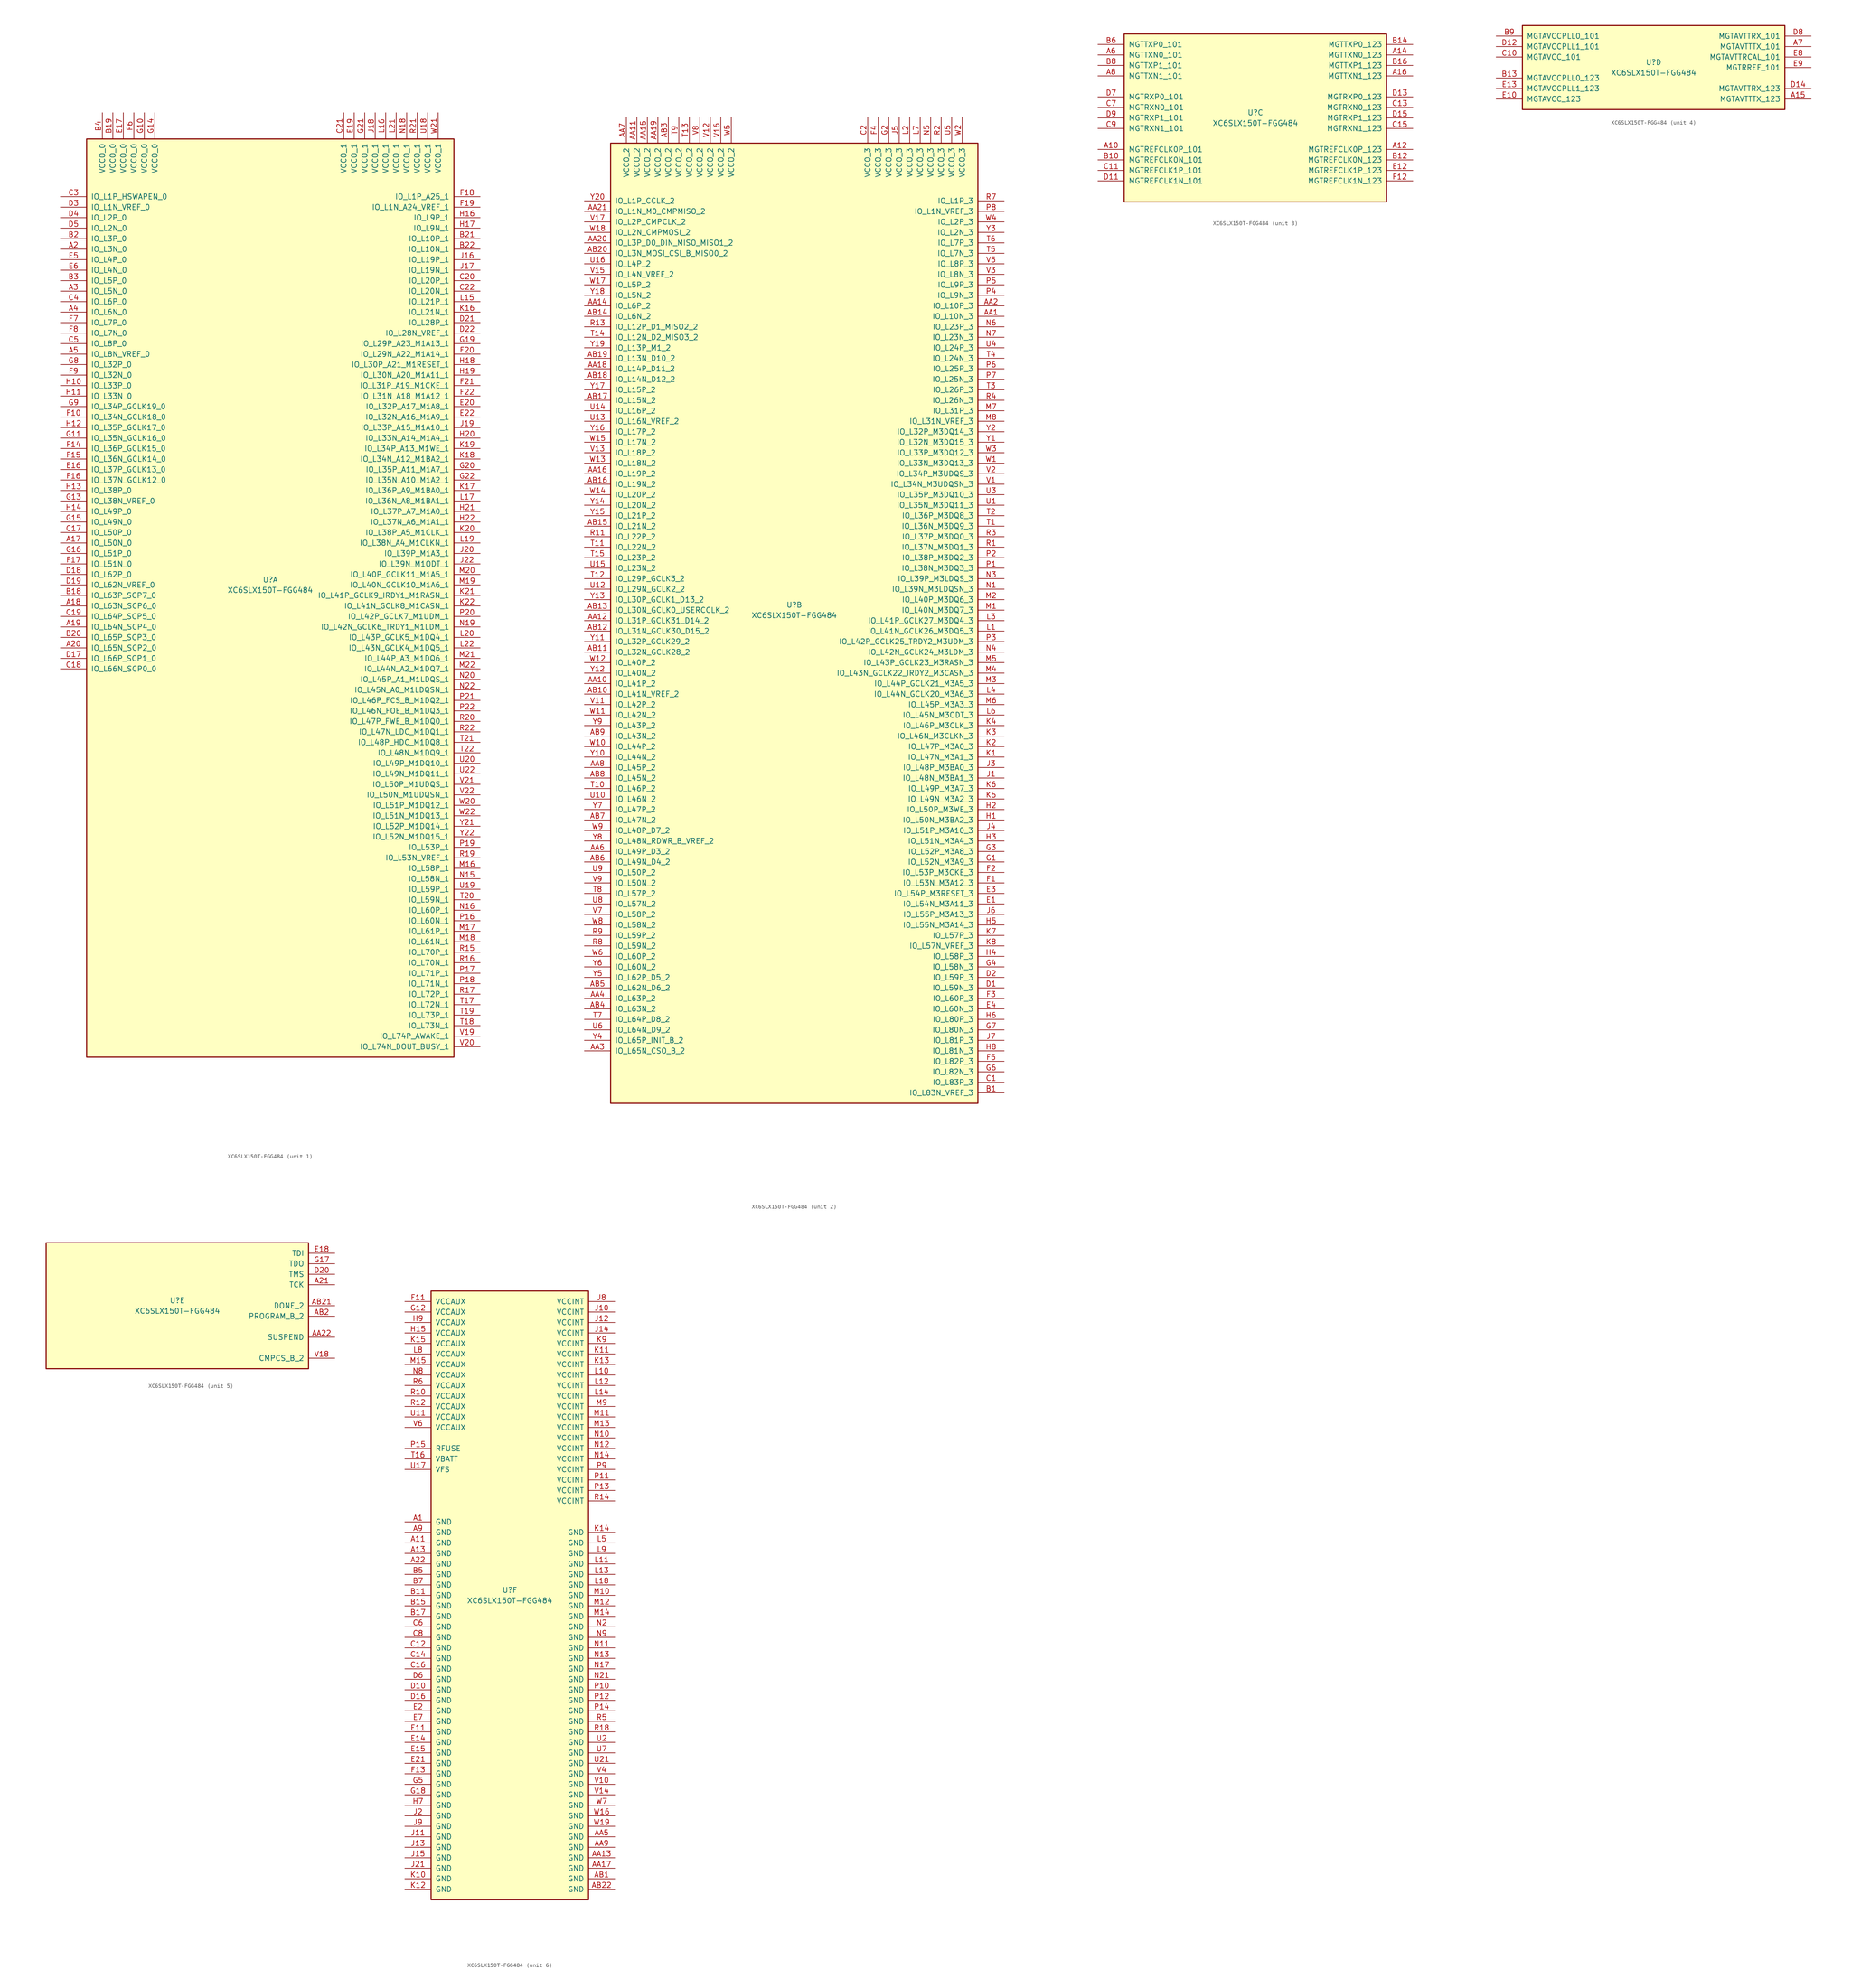
<source format=kicad_sym>
(kicad_symbol_lib
  (version 20201005)
  (generator kicad_symbol_editor)
  (symbol "XC6SLX150T-FGG484"
    (pin_names
      (offset 1.016))
    (property "Reference" "U"
      (at 0 1.27 0)
      (effects (font (size 1.27 1.27))))
    (property "Value" "XC6SLX150T-FGG484"
      (at 0 -1.27 0)
      (effects (font (size 1.27 1.27))))
    (property "Datasheet" ""
      (at 0 0 0)
      (effects (font (size 1.27 1.27))))
    (property "ki_locked" ""
      (at 0 0 0)
      (effects (font (size 1.27 1.27))))
    (symbol "XC6SLX150T-FGG484_1_1"
      (rectangle (start -44.45 107.95) (end 44.45 -114.3) (stroke (width 0.254)) (fill (type background)))
      (pin bidirectional line (at -50.8 10.16 0) (length 6.35) (name "IO_L50N_0" (effects (font (size 1.27 1.27)))) (number "A17" (effects (font (size 1.27 1.27)))))
      (pin bidirectional line (at -50.8 -5.08 0) (length 6.35) (name "IO_L63N_SCP6_0" (effects (font (size 1.27 1.27)))) (number "A18" (effects (font (size 1.27 1.27)))))
      (pin bidirectional line (at -50.8 -10.16 0) (length 6.35) (name "IO_L64N_SCP4_0" (effects (font (size 1.27 1.27)))) (number "A19" (effects (font (size 1.27 1.27)))))
      (pin bidirectional line (at -50.8 81.28 0) (length 6.35) (name "IO_L3N_0" (effects (font (size 1.27 1.27)))) (number "A2" (effects (font (size 1.27 1.27)))))
      (pin bidirectional line (at -50.8 -15.24 0) (length 6.35) (name "IO_L65N_SCP2_0" (effects (font (size 1.27 1.27)))) (number "A20" (effects (font (size 1.27 1.27)))))
      (pin bidirectional line (at -50.8 71.12 0) (length 6.35) (name "IO_L5N_0" (effects (font (size 1.27 1.27)))) (number "A3" (effects (font (size 1.27 1.27)))))
      (pin bidirectional line (at -50.8 66.04 0) (length 6.35) (name "IO_L6N_0" (effects (font (size 1.27 1.27)))) (number "A4" (effects (font (size 1.27 1.27)))))
      (pin bidirectional line (at -50.8 55.88 0) (length 6.35) (name "IO_L8N_VREF_0" (effects (font (size 1.27 1.27)))) (number "A5" (effects (font (size 1.27 1.27)))))
      (pin bidirectional line (at -50.8 -2.54 0) (length 6.35) (name "IO_L63P_SCP7_0" (effects (font (size 1.27 1.27)))) (number "B18" (effects (font (size 1.27 1.27)))))
      (pin power_in line (at -38.1 114.3 270) (length 6.35) (name "VCCO_0" (effects (font (size 1.27 1.27)))) (number "B19" (effects (font (size 1.27 1.27)))))
      (pin bidirectional line (at -50.8 83.82 0) (length 6.35) (name "IO_L3P_0" (effects (font (size 1.27 1.27)))) (number "B2" (effects (font (size 1.27 1.27)))))
      (pin bidirectional line (at -50.8 -12.7 0) (length 6.35) (name "IO_L65P_SCP3_0" (effects (font (size 1.27 1.27)))) (number "B20" (effects (font (size 1.27 1.27)))))
      (pin bidirectional line (at 50.8 83.82 180) (length 6.35) (name "IO_L10P_1" (effects (font (size 1.27 1.27)))) (number "B21" (effects (font (size 1.27 1.27)))))
      (pin bidirectional line (at 50.8 81.28 180) (length 6.35) (name "IO_L10N_1" (effects (font (size 1.27 1.27)))) (number "B22" (effects (font (size 1.27 1.27)))))
      (pin bidirectional line (at -50.8 73.66 0) (length 6.35) (name "IO_L5P_0" (effects (font (size 1.27 1.27)))) (number "B3" (effects (font (size 1.27 1.27)))))
      (pin power_in line (at -40.64 114.3 270) (length 6.35) (name "VCCO_0" (effects (font (size 1.27 1.27)))) (number "B4" (effects (font (size 1.27 1.27)))))
      (pin bidirectional line (at -50.8 12.7 0) (length 6.35) (name "IO_L50P_0" (effects (font (size 1.27 1.27)))) (number "C17" (effects (font (size 1.27 1.27)))))
      (pin bidirectional line (at -50.8 -20.32 0) (length 6.35) (name "IO_L66N_SCP0_0" (effects (font (size 1.27 1.27)))) (number "C18" (effects (font (size 1.27 1.27)))))
      (pin bidirectional line (at -50.8 -7.62 0) (length 6.35) (name "IO_L64P_SCP5_0" (effects (font (size 1.27 1.27)))) (number "C19" (effects (font (size 1.27 1.27)))))
      (pin bidirectional line (at 50.8 73.66 180) (length 6.35) (name "IO_L20P_1" (effects (font (size 1.27 1.27)))) (number "C20" (effects (font (size 1.27 1.27)))))
      (pin power_in line (at 17.78 114.3 270) (length 6.35) (name "VCCO_1" (effects (font (size 1.27 1.27)))) (number "C21" (effects (font (size 1.27 1.27)))))
      (pin bidirectional line (at 50.8 71.12 180) (length 6.35) (name "IO_L20N_1" (effects (font (size 1.27 1.27)))) (number "C22" (effects (font (size 1.27 1.27)))))
      (pin bidirectional line (at -50.8 93.98 0) (length 6.35) (name "IO_L1P_HSWAPEN_0" (effects (font (size 1.27 1.27)))) (number "C3" (effects (font (size 1.27 1.27)))))
      (pin bidirectional line (at -50.8 68.58 0) (length 6.35) (name "IO_L6P_0" (effects (font (size 1.27 1.27)))) (number "C4" (effects (font (size 1.27 1.27)))))
      (pin bidirectional line (at -50.8 58.42 0) (length 6.35) (name "IO_L8P_0" (effects (font (size 1.27 1.27)))) (number "C5" (effects (font (size 1.27 1.27)))))
      (pin bidirectional line (at -50.8 -17.78 0) (length 6.35) (name "IO_L66P_SCP1_0" (effects (font (size 1.27 1.27)))) (number "D17" (effects (font (size 1.27 1.27)))))
      (pin bidirectional line (at -50.8 2.54 0) (length 6.35) (name "IO_L62P_0" (effects (font (size 1.27 1.27)))) (number "D18" (effects (font (size 1.27 1.27)))))
      (pin bidirectional line (at -50.8 0 0) (length 6.35) (name "IO_L62N_VREF_0" (effects (font (size 1.27 1.27)))) (number "D19" (effects (font (size 1.27 1.27)))))
      (pin bidirectional line (at 50.8 63.5 180) (length 6.35) (name "IO_L28P_1" (effects (font (size 1.27 1.27)))) (number "D21" (effects (font (size 1.27 1.27)))))
      (pin bidirectional line (at 50.8 60.96 180) (length 6.35) (name "IO_L28N_VREF_1" (effects (font (size 1.27 1.27)))) (number "D22" (effects (font (size 1.27 1.27)))))
      (pin bidirectional line (at -50.8 91.44 0) (length 6.35) (name "IO_L1N_VREF_0" (effects (font (size 1.27 1.27)))) (number "D3" (effects (font (size 1.27 1.27)))))
      (pin bidirectional line (at -50.8 88.9 0) (length 6.35) (name "IO_L2P_0" (effects (font (size 1.27 1.27)))) (number "D4" (effects (font (size 1.27 1.27)))))
      (pin bidirectional line (at -50.8 86.36 0) (length 6.35) (name "IO_L2N_0" (effects (font (size 1.27 1.27)))) (number "D5" (effects (font (size 1.27 1.27)))))
      (pin bidirectional line (at -50.8 27.94 0) (length 6.35) (name "IO_L37P_GCLK13_0" (effects (font (size 1.27 1.27)))) (number "E16" (effects (font (size 1.27 1.27)))))
      (pin power_in line (at -35.56 114.3 270) (length 6.35) (name "VCCO_0" (effects (font (size 1.27 1.27)))) (number "E17" (effects (font (size 1.27 1.27)))))
      (pin power_in line (at 20.32 114.3 270) (length 6.35) (name "VCCO_1" (effects (font (size 1.27 1.27)))) (number "E19" (effects (font (size 1.27 1.27)))))
      (pin bidirectional line (at 50.8 43.18 180) (length 6.35) (name "IO_L32P_A17_M1A8_1" (effects (font (size 1.27 1.27)))) (number "E20" (effects (font (size 1.27 1.27)))))
      (pin bidirectional line (at 50.8 40.64 180) (length 6.35) (name "IO_L32N_A16_M1A9_1" (effects (font (size 1.27 1.27)))) (number "E22" (effects (font (size 1.27 1.27)))))
      (pin bidirectional line (at -50.8 78.74 0) (length 6.35) (name "IO_L4P_0" (effects (font (size 1.27 1.27)))) (number "E5" (effects (font (size 1.27 1.27)))))
      (pin bidirectional line (at -50.8 76.2 0) (length 6.35) (name "IO_L4N_0" (effects (font (size 1.27 1.27)))) (number "E6" (effects (font (size 1.27 1.27)))))
      (pin bidirectional line (at -50.8 40.64 0) (length 6.35) (name "IO_L34N_GCLK18_0" (effects (font (size 1.27 1.27)))) (number "F10" (effects (font (size 1.27 1.27)))))
      (pin bidirectional line (at -50.8 33.02 0) (length 6.35) (name "IO_L36P_GCLK15_0" (effects (font (size 1.27 1.27)))) (number "F14" (effects (font (size 1.27 1.27)))))
      (pin bidirectional line (at -50.8 30.48 0) (length 6.35) (name "IO_L36N_GCLK14_0" (effects (font (size 1.27 1.27)))) (number "F15" (effects (font (size 1.27 1.27)))))
      (pin bidirectional line (at -50.8 25.4 0) (length 6.35) (name "IO_L37N_GCLK12_0" (effects (font (size 1.27 1.27)))) (number "F16" (effects (font (size 1.27 1.27)))))
      (pin bidirectional line (at -50.8 5.08 0) (length 6.35) (name "IO_L51N_0" (effects (font (size 1.27 1.27)))) (number "F17" (effects (font (size 1.27 1.27)))))
      (pin bidirectional line (at 50.8 93.98 180) (length 6.35) (name "IO_L1P_A25_1" (effects (font (size 1.27 1.27)))) (number "F18" (effects (font (size 1.27 1.27)))))
      (pin bidirectional line (at 50.8 91.44 180) (length 6.35) (name "IO_L1N_A24_VREF_1" (effects (font (size 1.27 1.27)))) (number "F19" (effects (font (size 1.27 1.27)))))
      (pin bidirectional line (at 50.8 55.88 180) (length 6.35) (name "IO_L29N_A22_M1A14_1" (effects (font (size 1.27 1.27)))) (number "F20" (effects (font (size 1.27 1.27)))))
      (pin bidirectional line (at 50.8 48.26 180) (length 6.35) (name "IO_L31P_A19_M1CKE_1" (effects (font (size 1.27 1.27)))) (number "F21" (effects (font (size 1.27 1.27)))))
      (pin bidirectional line (at 50.8 45.72 180) (length 6.35) (name "IO_L31N_A18_M1A12_1" (effects (font (size 1.27 1.27)))) (number "F22" (effects (font (size 1.27 1.27)))))
      (pin power_in line (at -33.02 114.3 270) (length 6.35) (name "VCCO_0" (effects (font (size 1.27 1.27)))) (number "F6" (effects (font (size 1.27 1.27)))))
      (pin bidirectional line (at -50.8 63.5 0) (length 6.35) (name "IO_L7P_0" (effects (font (size 1.27 1.27)))) (number "F7" (effects (font (size 1.27 1.27)))))
      (pin bidirectional line (at -50.8 60.96 0) (length 6.35) (name "IO_L7N_0" (effects (font (size 1.27 1.27)))) (number "F8" (effects (font (size 1.27 1.27)))))
      (pin bidirectional line (at -50.8 50.8 0) (length 6.35) (name "IO_L32N_0" (effects (font (size 1.27 1.27)))) (number "F9" (effects (font (size 1.27 1.27)))))
      (pin power_in line (at -30.48 114.3 270) (length 6.35) (name "VCCO_0" (effects (font (size 1.27 1.27)))) (number "G10" (effects (font (size 1.27 1.27)))))
      (pin bidirectional line (at -50.8 35.56 0) (length 6.35) (name "IO_L35N_GCLK16_0" (effects (font (size 1.27 1.27)))) (number "G11" (effects (font (size 1.27 1.27)))))
      (pin bidirectional line (at -50.8 20.32 0) (length 6.35) (name "IO_L38N_VREF_0" (effects (font (size 1.27 1.27)))) (number "G13" (effects (font (size 1.27 1.27)))))
      (pin power_in line (at -27.94 114.3 270) (length 6.35) (name "VCCO_0" (effects (font (size 1.27 1.27)))) (number "G14" (effects (font (size 1.27 1.27)))))
      (pin bidirectional line (at -50.8 15.24 0) (length 6.35) (name "IO_L49N_0" (effects (font (size 1.27 1.27)))) (number "G15" (effects (font (size 1.27 1.27)))))
      (pin bidirectional line (at -50.8 7.62 0) (length 6.35) (name "IO_L51P_0" (effects (font (size 1.27 1.27)))) (number "G16" (effects (font (size 1.27 1.27)))))
      (pin bidirectional line (at 50.8 58.42 180) (length 6.35) (name "IO_L29P_A23_M1A13_1" (effects (font (size 1.27 1.27)))) (number "G19" (effects (font (size 1.27 1.27)))))
      (pin bidirectional line (at 50.8 27.94 180) (length 6.35) (name "IO_L35P_A11_M1A7_1" (effects (font (size 1.27 1.27)))) (number "G20" (effects (font (size 1.27 1.27)))))
      (pin power_in line (at 22.86 114.3 270) (length 6.35) (name "VCCO_1" (effects (font (size 1.27 1.27)))) (number "G21" (effects (font (size 1.27 1.27)))))
      (pin bidirectional line (at 50.8 25.4 180) (length 6.35) (name "IO_L35N_A10_M1A2_1" (effects (font (size 1.27 1.27)))) (number "G22" (effects (font (size 1.27 1.27)))))
      (pin bidirectional line (at -50.8 53.34 0) (length 6.35) (name "IO_L32P_0" (effects (font (size 1.27 1.27)))) (number "G8" (effects (font (size 1.27 1.27)))))
      (pin bidirectional line (at -50.8 43.18 0) (length 6.35) (name "IO_L34P_GCLK19_0" (effects (font (size 1.27 1.27)))) (number "G9" (effects (font (size 1.27 1.27)))))
      (pin bidirectional line (at -50.8 48.26 0) (length 6.35) (name "IO_L33P_0" (effects (font (size 1.27 1.27)))) (number "H10" (effects (font (size 1.27 1.27)))))
      (pin bidirectional line (at -50.8 45.72 0) (length 6.35) (name "IO_L33N_0" (effects (font (size 1.27 1.27)))) (number "H11" (effects (font (size 1.27 1.27)))))
      (pin bidirectional line (at -50.8 38.1 0) (length 6.35) (name "IO_L35P_GCLK17_0" (effects (font (size 1.27 1.27)))) (number "H12" (effects (font (size 1.27 1.27)))))
      (pin bidirectional line (at -50.8 22.86 0) (length 6.35) (name "IO_L38P_0" (effects (font (size 1.27 1.27)))) (number "H13" (effects (font (size 1.27 1.27)))))
      (pin bidirectional line (at -50.8 17.78 0) (length 6.35) (name "IO_L49P_0" (effects (font (size 1.27 1.27)))) (number "H14" (effects (font (size 1.27 1.27)))))
      (pin bidirectional line (at 50.8 88.9 180) (length 6.35) (name "IO_L9P_1" (effects (font (size 1.27 1.27)))) (number "H16" (effects (font (size 1.27 1.27)))))
      (pin bidirectional line (at 50.8 86.36 180) (length 6.35) (name "IO_L9N_1" (effects (font (size 1.27 1.27)))) (number "H17" (effects (font (size 1.27 1.27)))))
      (pin bidirectional line (at 50.8 53.34 180) (length 6.35) (name "IO_L30P_A21_M1RESET_1" (effects (font (size 1.27 1.27)))) (number "H18" (effects (font (size 1.27 1.27)))))
      (pin bidirectional line (at 50.8 50.8 180) (length 6.35) (name "IO_L30N_A20_M1A11_1" (effects (font (size 1.27 1.27)))) (number "H19" (effects (font (size 1.27 1.27)))))
      (pin bidirectional line (at 50.8 35.56 180) (length 6.35) (name "IO_L33N_A14_M1A4_1" (effects (font (size 1.27 1.27)))) (number "H20" (effects (font (size 1.27 1.27)))))
      (pin bidirectional line (at 50.8 17.78 180) (length 6.35) (name "IO_L37P_A7_M1A0_1" (effects (font (size 1.27 1.27)))) (number "H21" (effects (font (size 1.27 1.27)))))
      (pin bidirectional line (at 50.8 15.24 180) (length 6.35) (name "IO_L37N_A6_M1A1_1" (effects (font (size 1.27 1.27)))) (number "H22" (effects (font (size 1.27 1.27)))))
      (pin bidirectional line (at 50.8 78.74 180) (length 6.35) (name "IO_L19P_1" (effects (font (size 1.27 1.27)))) (number "J16" (effects (font (size 1.27 1.27)))))
      (pin bidirectional line (at 50.8 76.2 180) (length 6.35) (name "IO_L19N_1" (effects (font (size 1.27 1.27)))) (number "J17" (effects (font (size 1.27 1.27)))))
      (pin power_in line (at 25.4 114.3 270) (length 6.35) (name "VCCO_1" (effects (font (size 1.27 1.27)))) (number "J18" (effects (font (size 1.27 1.27)))))
      (pin bidirectional line (at 50.8 38.1 180) (length 6.35) (name "IO_L33P_A15_M1A10_1" (effects (font (size 1.27 1.27)))) (number "J19" (effects (font (size 1.27 1.27)))))
      (pin bidirectional line (at 50.8 7.62 180) (length 6.35) (name "IO_L39P_M1A3_1" (effects (font (size 1.27 1.27)))) (number "J20" (effects (font (size 1.27 1.27)))))
      (pin bidirectional line (at 50.8 5.08 180) (length 6.35) (name "IO_L39N_M1ODT_1" (effects (font (size 1.27 1.27)))) (number "J22" (effects (font (size 1.27 1.27)))))
      (pin bidirectional line (at 50.8 66.04 180) (length 6.35) (name "IO_L21N_1" (effects (font (size 1.27 1.27)))) (number "K16" (effects (font (size 1.27 1.27)))))
      (pin bidirectional line (at 50.8 22.86 180) (length 6.35) (name "IO_L36P_A9_M1BA0_1" (effects (font (size 1.27 1.27)))) (number "K17" (effects (font (size 1.27 1.27)))))
      (pin bidirectional line (at 50.8 30.48 180) (length 6.35) (name "IO_L34N_A12_M1BA2_1" (effects (font (size 1.27 1.27)))) (number "K18" (effects (font (size 1.27 1.27)))))
      (pin bidirectional line (at 50.8 33.02 180) (length 6.35) (name "IO_L34P_A13_M1WE_1" (effects (font (size 1.27 1.27)))) (number "K19" (effects (font (size 1.27 1.27)))))
      (pin bidirectional line (at 50.8 12.7 180) (length 6.35) (name "IO_L38P_A5_M1CLK_1" (effects (font (size 1.27 1.27)))) (number "K20" (effects (font (size 1.27 1.27)))))
      (pin bidirectional line (at 50.8 -2.54 180) (length 6.35) (name "IO_L41P_GCLK9_IRDY1_M1RASN_1" (effects (font (size 1.27 1.27)))) (number "K21" (effects (font (size 1.27 1.27)))))
      (pin bidirectional line (at 50.8 -5.08 180) (length 6.35) (name "IO_L41N_GCLK8_M1CASN_1" (effects (font (size 1.27 1.27)))) (number "K22" (effects (font (size 1.27 1.27)))))
      (pin bidirectional line (at 50.8 68.58 180) (length 6.35) (name "IO_L21P_1" (effects (font (size 1.27 1.27)))) (number "L15" (effects (font (size 1.27 1.27)))))
      (pin power_in line (at 27.94 114.3 270) (length 6.35) (name "VCCO_1" (effects (font (size 1.27 1.27)))) (number "L16" (effects (font (size 1.27 1.27)))))
      (pin bidirectional line (at 50.8 20.32 180) (length 6.35) (name "IO_L36N_A8_M1BA1_1" (effects (font (size 1.27 1.27)))) (number "L17" (effects (font (size 1.27 1.27)))))
      (pin bidirectional line (at 50.8 10.16 180) (length 6.35) (name "IO_L38N_A4_M1CLKN_1" (effects (font (size 1.27 1.27)))) (number "L19" (effects (font (size 1.27 1.27)))))
      (pin bidirectional line (at 50.8 -12.7 180) (length 6.35) (name "IO_L43P_GCLK5_M1DQ4_1" (effects (font (size 1.27 1.27)))) (number "L20" (effects (font (size 1.27 1.27)))))
      (pin power_in line (at 30.48 114.3 270) (length 6.35) (name "VCCO_1" (effects (font (size 1.27 1.27)))) (number "L21" (effects (font (size 1.27 1.27)))))
      (pin bidirectional line (at 50.8 -15.24 180) (length 6.35) (name "IO_L43N_GCLK4_M1DQ5_1" (effects (font (size 1.27 1.27)))) (number "L22" (effects (font (size 1.27 1.27)))))
      (pin bidirectional line (at 50.8 -68.58 180) (length 6.35) (name "IO_L58P_1" (effects (font (size 1.27 1.27)))) (number "M16" (effects (font (size 1.27 1.27)))))
      (pin bidirectional line (at 50.8 -83.82 180) (length 6.35) (name "IO_L61P_1" (effects (font (size 1.27 1.27)))) (number "M17" (effects (font (size 1.27 1.27)))))
      (pin bidirectional line (at 50.8 -86.36 180) (length 6.35) (name "IO_L61N_1" (effects (font (size 1.27 1.27)))) (number "M18" (effects (font (size 1.27 1.27)))))
      (pin bidirectional line (at 50.8 0 180) (length 6.35) (name "IO_L40N_GCLK10_M1A6_1" (effects (font (size 1.27 1.27)))) (number "M19" (effects (font (size 1.27 1.27)))))
      (pin bidirectional line (at 50.8 2.54 180) (length 6.35) (name "IO_L40P_GCLK11_M1A5_1" (effects (font (size 1.27 1.27)))) (number "M20" (effects (font (size 1.27 1.27)))))
      (pin bidirectional line (at 50.8 -17.78 180) (length 6.35) (name "IO_L44P_A3_M1DQ6_1" (effects (font (size 1.27 1.27)))) (number "M21" (effects (font (size 1.27 1.27)))))
      (pin bidirectional line (at 50.8 -20.32 180) (length 6.35) (name "IO_L44N_A2_M1DQ7_1" (effects (font (size 1.27 1.27)))) (number "M22" (effects (font (size 1.27 1.27)))))
      (pin bidirectional line (at 50.8 -71.12 180) (length 6.35) (name "IO_L58N_1" (effects (font (size 1.27 1.27)))) (number "N15" (effects (font (size 1.27 1.27)))))
      (pin bidirectional line (at 50.8 -78.74 180) (length 6.35) (name "IO_L60P_1" (effects (font (size 1.27 1.27)))) (number "N16" (effects (font (size 1.27 1.27)))))
      (pin power_in line (at 33.02 114.3 270) (length 6.35) (name "VCCO_1" (effects (font (size 1.27 1.27)))) (number "N18" (effects (font (size 1.27 1.27)))))
      (pin bidirectional line (at 50.8 -10.16 180) (length 6.35) (name "IO_L42N_GCLK6_TRDY1_M1LDM_1" (effects (font (size 1.27 1.27)))) (number "N19" (effects (font (size 1.27 1.27)))))
      (pin bidirectional line (at 50.8 -22.86 180) (length 6.35) (name "IO_L45P_A1_M1LDQS_1" (effects (font (size 1.27 1.27)))) (number "N20" (effects (font (size 1.27 1.27)))))
      (pin bidirectional line (at 50.8 -25.4 180) (length 6.35) (name "IO_L45N_A0_M1LDQSN_1" (effects (font (size 1.27 1.27)))) (number "N22" (effects (font (size 1.27 1.27)))))
      (pin bidirectional line (at 50.8 -81.28 180) (length 6.35) (name "IO_L60N_1" (effects (font (size 1.27 1.27)))) (number "P16" (effects (font (size 1.27 1.27)))))
      (pin bidirectional line (at 50.8 -93.98 180) (length 6.35) (name "IO_L71P_1" (effects (font (size 1.27 1.27)))) (number "P17" (effects (font (size 1.27 1.27)))))
      (pin bidirectional line (at 50.8 -96.52 180) (length 6.35) (name "IO_L71N_1" (effects (font (size 1.27 1.27)))) (number "P18" (effects (font (size 1.27 1.27)))))
      (pin bidirectional line (at 50.8 -63.5 180) (length 6.35) (name "IO_L53P_1" (effects (font (size 1.27 1.27)))) (number "P19" (effects (font (size 1.27 1.27)))))
      (pin bidirectional line (at 50.8 -7.62 180) (length 6.35) (name "IO_L42P_GCLK7_M1UDM_1" (effects (font (size 1.27 1.27)))) (number "P20" (effects (font (size 1.27 1.27)))))
      (pin bidirectional line (at 50.8 -27.94 180) (length 6.35) (name "IO_L46P_FCS_B_M1DQ2_1" (effects (font (size 1.27 1.27)))) (number "P21" (effects (font (size 1.27 1.27)))))
      (pin bidirectional line (at 50.8 -30.48 180) (length 6.35) (name "IO_L46N_FOE_B_M1DQ3_1" (effects (font (size 1.27 1.27)))) (number "P22" (effects (font (size 1.27 1.27)))))
      (pin bidirectional line (at 50.8 -88.9 180) (length 6.35) (name "IO_L70P_1" (effects (font (size 1.27 1.27)))) (number "R15" (effects (font (size 1.27 1.27)))))
      (pin bidirectional line (at 50.8 -91.44 180) (length 6.35) (name "IO_L70N_1" (effects (font (size 1.27 1.27)))) (number "R16" (effects (font (size 1.27 1.27)))))
      (pin bidirectional line (at 50.8 -99.06 180) (length 6.35) (name "IO_L72P_1" (effects (font (size 1.27 1.27)))) (number "R17" (effects (font (size 1.27 1.27)))))
      (pin bidirectional line (at 50.8 -66.04 180) (length 6.35) (name "IO_L53N_VREF_1" (effects (font (size 1.27 1.27)))) (number "R19" (effects (font (size 1.27 1.27)))))
      (pin bidirectional line (at 50.8 -33.02 180) (length 6.35) (name "IO_L47P_FWE_B_M1DQ0_1" (effects (font (size 1.27 1.27)))) (number "R20" (effects (font (size 1.27 1.27)))))
      (pin power_in line (at 35.56 114.3 270) (length 6.35) (name "VCCO_1" (effects (font (size 1.27 1.27)))) (number "R21" (effects (font (size 1.27 1.27)))))
      (pin bidirectional line (at 50.8 -35.56 180) (length 6.35) (name "IO_L47N_LDC_M1DQ1_1" (effects (font (size 1.27 1.27)))) (number "R22" (effects (font (size 1.27 1.27)))))
      (pin bidirectional line (at 50.8 -101.6 180) (length 6.35) (name "IO_L72N_1" (effects (font (size 1.27 1.27)))) (number "T17" (effects (font (size 1.27 1.27)))))
      (pin bidirectional line (at 50.8 -106.68 180) (length 6.35) (name "IO_L73N_1" (effects (font (size 1.27 1.27)))) (number "T18" (effects (font (size 1.27 1.27)))))
      (pin bidirectional line (at 50.8 -104.14 180) (length 6.35) (name "IO_L73P_1" (effects (font (size 1.27 1.27)))) (number "T19" (effects (font (size 1.27 1.27)))))
      (pin bidirectional line (at 50.8 -76.2 180) (length 6.35) (name "IO_L59N_1" (effects (font (size 1.27 1.27)))) (number "T20" (effects (font (size 1.27 1.27)))))
      (pin bidirectional line (at 50.8 -38.1 180) (length 6.35) (name "IO_L48P_HDC_M1DQ8_1" (effects (font (size 1.27 1.27)))) (number "T21" (effects (font (size 1.27 1.27)))))
      (pin bidirectional line (at 50.8 -40.64 180) (length 6.35) (name "IO_L48N_M1DQ9_1" (effects (font (size 1.27 1.27)))) (number "T22" (effects (font (size 1.27 1.27)))))
      (pin power_in line (at 38.1 114.3 270) (length 6.35) (name "VCCO_1" (effects (font (size 1.27 1.27)))) (number "U18" (effects (font (size 1.27 1.27)))))
      (pin bidirectional line (at 50.8 -73.66 180) (length 6.35) (name "IO_L59P_1" (effects (font (size 1.27 1.27)))) (number "U19" (effects (font (size 1.27 1.27)))))
      (pin bidirectional line (at 50.8 -43.18 180) (length 6.35) (name "IO_L49P_M1DQ10_1" (effects (font (size 1.27 1.27)))) (number "U20" (effects (font (size 1.27 1.27)))))
      (pin bidirectional line (at 50.8 -45.72 180) (length 6.35) (name "IO_L49N_M1DQ11_1" (effects (font (size 1.27 1.27)))) (number "U22" (effects (font (size 1.27 1.27)))))
      (pin bidirectional line (at 50.8 -109.22 180) (length 6.35) (name "IO_L74P_AWAKE_1" (effects (font (size 1.27 1.27)))) (number "V19" (effects (font (size 1.27 1.27)))))
      (pin bidirectional line (at 50.8 -111.76 180) (length 6.35) (name "IO_L74N_DOUT_BUSY_1" (effects (font (size 1.27 1.27)))) (number "V20" (effects (font (size 1.27 1.27)))))
      (pin bidirectional line (at 50.8 -48.26 180) (length 6.35) (name "IO_L50P_M1UDQS_1" (effects (font (size 1.27 1.27)))) (number "V21" (effects (font (size 1.27 1.27)))))
      (pin bidirectional line (at 50.8 -50.8 180) (length 6.35) (name "IO_L50N_M1UDQSN_1" (effects (font (size 1.27 1.27)))) (number "V22" (effects (font (size 1.27 1.27)))))
      (pin bidirectional line (at 50.8 -53.34 180) (length 6.35) (name "IO_L51P_M1DQ12_1" (effects (font (size 1.27 1.27)))) (number "W20" (effects (font (size 1.27 1.27)))))
      (pin power_in line (at 40.64 114.3 270) (length 6.35) (name "VCCO_1" (effects (font (size 1.27 1.27)))) (number "W21" (effects (font (size 1.27 1.27)))))
      (pin bidirectional line (at 50.8 -55.88 180) (length 6.35) (name "IO_L51N_M1DQ13_1" (effects (font (size 1.27 1.27)))) (number "W22" (effects (font (size 1.27 1.27)))))
      (pin bidirectional line (at 50.8 -58.42 180) (length 6.35) (name "IO_L52P_M1DQ14_1" (effects (font (size 1.27 1.27)))) (number "Y21" (effects (font (size 1.27 1.27)))))
      (pin bidirectional line (at 50.8 -60.96 180) (length 6.35) (name "IO_L52N_M1DQ15_1" (effects (font (size 1.27 1.27)))) (number "Y22" (effects (font (size 1.27 1.27))))))
    (symbol "XC6SLX150T-FGG484_2_1"
      (rectangle (start -44.45 113.03) (end 44.45 -119.38) (stroke (width 0.254)) (fill (type background)))
      (pin bidirectional line (at 50.8 71.12 180) (length 6.35) (name "IO_L10N_3" (effects (font (size 1.27 1.27)))) (number "AA1" (effects (font (size 1.27 1.27)))))
      (pin bidirectional line (at -50.8 -17.78 0) (length 6.35) (name "IO_L41P_2" (effects (font (size 1.27 1.27)))) (number "AA10" (effects (font (size 1.27 1.27)))))
      (pin power_in line (at -38.1 119.38 270) (length 6.35) (name "VCCO_2" (effects (font (size 1.27 1.27)))) (number "AA11" (effects (font (size 1.27 1.27)))))
      (pin bidirectional line (at -50.8 -2.54 0) (length 6.35) (name "IO_L31P_GCLK31_D14_2" (effects (font (size 1.27 1.27)))) (number "AA12" (effects (font (size 1.27 1.27)))))
      (pin bidirectional line (at -50.8 73.66 0) (length 6.35) (name "IO_L6P_2" (effects (font (size 1.27 1.27)))) (number "AA14" (effects (font (size 1.27 1.27)))))
      (pin power_in line (at -35.56 119.38 270) (length 6.35) (name "VCCO_2" (effects (font (size 1.27 1.27)))) (number "AA15" (effects (font (size 1.27 1.27)))))
      (pin bidirectional line (at -50.8 33.02 0) (length 6.35) (name "IO_L19P_2" (effects (font (size 1.27 1.27)))) (number "AA16" (effects (font (size 1.27 1.27)))))
      (pin bidirectional line (at -50.8 58.42 0) (length 6.35) (name "IO_L14P_D11_2" (effects (font (size 1.27 1.27)))) (number "AA18" (effects (font (size 1.27 1.27)))))
      (pin power_in line (at -33.02 119.38 270) (length 6.35) (name "VCCO_2" (effects (font (size 1.27 1.27)))) (number "AA19" (effects (font (size 1.27 1.27)))))
      (pin bidirectional line (at 50.8 73.66 180) (length 6.35) (name "IO_L10P_3" (effects (font (size 1.27 1.27)))) (number "AA2" (effects (font (size 1.27 1.27)))))
      (pin bidirectional line (at -50.8 88.9 0) (length 6.35) (name "IO_L3P_D0_DIN_MISO_MISO1_2" (effects (font (size 1.27 1.27)))) (number "AA20" (effects (font (size 1.27 1.27)))))
      (pin bidirectional line (at -50.8 96.52 0) (length 6.35) (name "IO_L1N_M0_CMPMISO_2" (effects (font (size 1.27 1.27)))) (number "AA21" (effects (font (size 1.27 1.27)))))
      (pin bidirectional line (at -50.8 -106.68 0) (length 6.35) (name "IO_L65N_CSO_B_2" (effects (font (size 1.27 1.27)))) (number "AA3" (effects (font (size 1.27 1.27)))))
      (pin bidirectional line (at -50.8 -93.98 0) (length 6.35) (name "IO_L63P_2" (effects (font (size 1.27 1.27)))) (number "AA4" (effects (font (size 1.27 1.27)))))
      (pin bidirectional line (at -50.8 -58.42 0) (length 6.35) (name "IO_L49P_D3_2" (effects (font (size 1.27 1.27)))) (number "AA6" (effects (font (size 1.27 1.27)))))
      (pin power_in line (at -40.64 119.38 270) (length 6.35) (name "VCCO_2" (effects (font (size 1.27 1.27)))) (number "AA7" (effects (font (size 1.27 1.27)))))
      (pin bidirectional line (at -50.8 -38.1 0) (length 6.35) (name "IO_L45P_2" (effects (font (size 1.27 1.27)))) (number "AA8" (effects (font (size 1.27 1.27)))))
      (pin bidirectional line (at -50.8 -20.32 0) (length 6.35) (name "IO_L41N_VREF_2" (effects (font (size 1.27 1.27)))) (number "AB10" (effects (font (size 1.27 1.27)))))
      (pin bidirectional line (at -50.8 -10.16 0) (length 6.35) (name "IO_L32N_GCLK28_2" (effects (font (size 1.27 1.27)))) (number "AB11" (effects (font (size 1.27 1.27)))))
      (pin bidirectional line (at -50.8 -5.08 0) (length 6.35) (name "IO_L31N_GCLK30_D15_2" (effects (font (size 1.27 1.27)))) (number "AB12" (effects (font (size 1.27 1.27)))))
      (pin bidirectional line (at -50.8 0 0) (length 6.35) (name "IO_L30N_GCLK0_USERCCLK_2" (effects (font (size 1.27 1.27)))) (number "AB13" (effects (font (size 1.27 1.27)))))
      (pin bidirectional line (at -50.8 71.12 0) (length 6.35) (name "IO_L6N_2" (effects (font (size 1.27 1.27)))) (number "AB14" (effects (font (size 1.27 1.27)))))
      (pin bidirectional line (at -50.8 20.32 0) (length 6.35) (name "IO_L21N_2" (effects (font (size 1.27 1.27)))) (number "AB15" (effects (font (size 1.27 1.27)))))
      (pin bidirectional line (at -50.8 30.48 0) (length 6.35) (name "IO_L19N_2" (effects (font (size 1.27 1.27)))) (number "AB16" (effects (font (size 1.27 1.27)))))
      (pin bidirectional line (at -50.8 50.8 0) (length 6.35) (name "IO_L15N_2" (effects (font (size 1.27 1.27)))) (number "AB17" (effects (font (size 1.27 1.27)))))
      (pin bidirectional line (at -50.8 55.88 0) (length 6.35) (name "IO_L14N_D12_2" (effects (font (size 1.27 1.27)))) (number "AB18" (effects (font (size 1.27 1.27)))))
      (pin bidirectional line (at -50.8 60.96 0) (length 6.35) (name "IO_L13N_D10_2" (effects (font (size 1.27 1.27)))) (number "AB19" (effects (font (size 1.27 1.27)))))
      (pin bidirectional line (at -50.8 86.36 0) (length 6.35) (name "IO_L3N_MOSI_CSI_B_MISO0_2" (effects (font (size 1.27 1.27)))) (number "AB20" (effects (font (size 1.27 1.27)))))
      (pin power_in line (at -30.48 119.38 270) (length 6.35) (name "VCCO_2" (effects (font (size 1.27 1.27)))) (number "AB3" (effects (font (size 1.27 1.27)))))
      (pin bidirectional line (at -50.8 -96.52 0) (length 6.35) (name "IO_L63N_2" (effects (font (size 1.27 1.27)))) (number "AB4" (effects (font (size 1.27 1.27)))))
      (pin bidirectional line (at -50.8 -91.44 0) (length 6.35) (name "IO_L62N_D6_2" (effects (font (size 1.27 1.27)))) (number "AB5" (effects (font (size 1.27 1.27)))))
      (pin bidirectional line (at -50.8 -60.96 0) (length 6.35) (name "IO_L49N_D4_2" (effects (font (size 1.27 1.27)))) (number "AB6" (effects (font (size 1.27 1.27)))))
      (pin bidirectional line (at -50.8 -50.8 0) (length 6.35) (name "IO_L47N_2" (effects (font (size 1.27 1.27)))) (number "AB7" (effects (font (size 1.27 1.27)))))
      (pin bidirectional line (at -50.8 -40.64 0) (length 6.35) (name "IO_L45N_2" (effects (font (size 1.27 1.27)))) (number "AB8" (effects (font (size 1.27 1.27)))))
      (pin bidirectional line (at -50.8 -30.48 0) (length 6.35) (name "IO_L43N_2" (effects (font (size 1.27 1.27)))) (number "AB9" (effects (font (size 1.27 1.27)))))
      (pin bidirectional line (at 50.8 -116.84 180) (length 6.35) (name "IO_L83N_VREF_3" (effects (font (size 1.27 1.27)))) (number "B1" (effects (font (size 1.27 1.27)))))
      (pin bidirectional line (at 50.8 -114.3 180) (length 6.35) (name "IO_L83P_3" (effects (font (size 1.27 1.27)))) (number "C1" (effects (font (size 1.27 1.27)))))
      (pin power_in line (at 17.78 119.38 270) (length 6.35) (name "VCCO_3" (effects (font (size 1.27 1.27)))) (number "C2" (effects (font (size 1.27 1.27)))))
      (pin bidirectional line (at 50.8 -91.44 180) (length 6.35) (name "IO_L59N_3" (effects (font (size 1.27 1.27)))) (number "D1" (effects (font (size 1.27 1.27)))))
      (pin bidirectional line (at 50.8 -88.9 180) (length 6.35) (name "IO_L59P_3" (effects (font (size 1.27 1.27)))) (number "D2" (effects (font (size 1.27 1.27)))))
      (pin bidirectional line (at 50.8 -71.12 180) (length 6.35) (name "IO_L54N_M3A11_3" (effects (font (size 1.27 1.27)))) (number "E1" (effects (font (size 1.27 1.27)))))
      (pin bidirectional line (at 50.8 -68.58 180) (length 6.35) (name "IO_L54P_M3RESET_3" (effects (font (size 1.27 1.27)))) (number "E3" (effects (font (size 1.27 1.27)))))
      (pin bidirectional line (at 50.8 -96.52 180) (length 6.35) (name "IO_L60N_3" (effects (font (size 1.27 1.27)))) (number "E4" (effects (font (size 1.27 1.27)))))
      (pin bidirectional line (at 50.8 -66.04 180) (length 6.35) (name "IO_L53N_M3A12_3" (effects (font (size 1.27 1.27)))) (number "F1" (effects (font (size 1.27 1.27)))))
      (pin bidirectional line (at 50.8 -63.5 180) (length 6.35) (name "IO_L53P_M3CKE_3" (effects (font (size 1.27 1.27)))) (number "F2" (effects (font (size 1.27 1.27)))))
      (pin bidirectional line (at 50.8 -93.98 180) (length 6.35) (name "IO_L60P_3" (effects (font (size 1.27 1.27)))) (number "F3" (effects (font (size 1.27 1.27)))))
      (pin power_in line (at 20.32 119.38 270) (length 6.35) (name "VCCO_3" (effects (font (size 1.27 1.27)))) (number "F4" (effects (font (size 1.27 1.27)))))
      (pin bidirectional line (at 50.8 -109.22 180) (length 6.35) (name "IO_L82P_3" (effects (font (size 1.27 1.27)))) (number "F5" (effects (font (size 1.27 1.27)))))
      (pin bidirectional line (at 50.8 -60.96 180) (length 6.35) (name "IO_L52N_M3A9_3" (effects (font (size 1.27 1.27)))) (number "G1" (effects (font (size 1.27 1.27)))))
      (pin power_in line (at 22.86 119.38 270) (length 6.35) (name "VCCO_3" (effects (font (size 1.27 1.27)))) (number "G2" (effects (font (size 1.27 1.27)))))
      (pin bidirectional line (at 50.8 -58.42 180) (length 6.35) (name "IO_L52P_M3A8_3" (effects (font (size 1.27 1.27)))) (number "G3" (effects (font (size 1.27 1.27)))))
      (pin bidirectional line (at 50.8 -86.36 180) (length 6.35) (name "IO_L58N_3" (effects (font (size 1.27 1.27)))) (number "G4" (effects (font (size 1.27 1.27)))))
      (pin bidirectional line (at 50.8 -111.76 180) (length 6.35) (name "IO_L82N_3" (effects (font (size 1.27 1.27)))) (number "G6" (effects (font (size 1.27 1.27)))))
      (pin bidirectional line (at 50.8 -101.6 180) (length 6.35) (name "IO_L80N_3" (effects (font (size 1.27 1.27)))) (number "G7" (effects (font (size 1.27 1.27)))))
      (pin bidirectional line (at 50.8 -50.8 180) (length 6.35) (name "IO_L50N_M3BA2_3" (effects (font (size 1.27 1.27)))) (number "H1" (effects (font (size 1.27 1.27)))))
      (pin bidirectional line (at 50.8 -48.26 180) (length 6.35) (name "IO_L50P_M3WE_3" (effects (font (size 1.27 1.27)))) (number "H2" (effects (font (size 1.27 1.27)))))
      (pin bidirectional line (at 50.8 -55.88 180) (length 6.35) (name "IO_L51N_M3A4_3" (effects (font (size 1.27 1.27)))) (number "H3" (effects (font (size 1.27 1.27)))))
      (pin bidirectional line (at 50.8 -83.82 180) (length 6.35) (name "IO_L58P_3" (effects (font (size 1.27 1.27)))) (number "H4" (effects (font (size 1.27 1.27)))))
      (pin bidirectional line (at 50.8 -76.2 180) (length 6.35) (name "IO_L55N_M3A14_3" (effects (font (size 1.27 1.27)))) (number "H5" (effects (font (size 1.27 1.27)))))
      (pin bidirectional line (at 50.8 -99.06 180) (length 6.35) (name "IO_L80P_3" (effects (font (size 1.27 1.27)))) (number "H6" (effects (font (size 1.27 1.27)))))
      (pin bidirectional line (at 50.8 -106.68 180) (length 6.35) (name "IO_L81N_3" (effects (font (size 1.27 1.27)))) (number "H8" (effects (font (size 1.27 1.27)))))
      (pin bidirectional line (at 50.8 -40.64 180) (length 6.35) (name "IO_L48N_M3BA1_3" (effects (font (size 1.27 1.27)))) (number "J1" (effects (font (size 1.27 1.27)))))
      (pin bidirectional line (at 50.8 -38.1 180) (length 6.35) (name "IO_L48P_M3BA0_3" (effects (font (size 1.27 1.27)))) (number "J3" (effects (font (size 1.27 1.27)))))
      (pin bidirectional line (at 50.8 -53.34 180) (length 6.35) (name "IO_L51P_M3A10_3" (effects (font (size 1.27 1.27)))) (number "J4" (effects (font (size 1.27 1.27)))))
      (pin power_in line (at 25.4 119.38 270) (length 6.35) (name "VCCO_3" (effects (font (size 1.27 1.27)))) (number "J5" (effects (font (size 1.27 1.27)))))
      (pin bidirectional line (at 50.8 -73.66 180) (length 6.35) (name "IO_L55P_M3A13_3" (effects (font (size 1.27 1.27)))) (number "J6" (effects (font (size 1.27 1.27)))))
      (pin bidirectional line (at 50.8 -104.14 180) (length 6.35) (name "IO_L81P_3" (effects (font (size 1.27 1.27)))) (number "J7" (effects (font (size 1.27 1.27)))))
      (pin bidirectional line (at 50.8 -35.56 180) (length 6.35) (name "IO_L47N_M3A1_3" (effects (font (size 1.27 1.27)))) (number "K1" (effects (font (size 1.27 1.27)))))
      (pin bidirectional line (at 50.8 -33.02 180) (length 6.35) (name "IO_L47P_M3A0_3" (effects (font (size 1.27 1.27)))) (number "K2" (effects (font (size 1.27 1.27)))))
      (pin bidirectional line (at 50.8 -30.48 180) (length 6.35) (name "IO_L46N_M3CLKN_3" (effects (font (size 1.27 1.27)))) (number "K3" (effects (font (size 1.27 1.27)))))
      (pin bidirectional line (at 50.8 -27.94 180) (length 6.35) (name "IO_L46P_M3CLK_3" (effects (font (size 1.27 1.27)))) (number "K4" (effects (font (size 1.27 1.27)))))
      (pin bidirectional line (at 50.8 -45.72 180) (length 6.35) (name "IO_L49N_M3A2_3" (effects (font (size 1.27 1.27)))) (number "K5" (effects (font (size 1.27 1.27)))))
      (pin bidirectional line (at 50.8 -43.18 180) (length 6.35) (name "IO_L49P_M3A7_3" (effects (font (size 1.27 1.27)))) (number "K6" (effects (font (size 1.27 1.27)))))
      (pin bidirectional line (at 50.8 -78.74 180) (length 6.35) (name "IO_L57P_3" (effects (font (size 1.27 1.27)))) (number "K7" (effects (font (size 1.27 1.27)))))
      (pin bidirectional line (at 50.8 -81.28 180) (length 6.35) (name "IO_L57N_VREF_3" (effects (font (size 1.27 1.27)))) (number "K8" (effects (font (size 1.27 1.27)))))
      (pin bidirectional line (at 50.8 -5.08 180) (length 6.35) (name "IO_L41N_GCLK26_M3DQ5_3" (effects (font (size 1.27 1.27)))) (number "L1" (effects (font (size 1.27 1.27)))))
      (pin power_in line (at 27.94 119.38 270) (length 6.35) (name "VCCO_3" (effects (font (size 1.27 1.27)))) (number "L2" (effects (font (size 1.27 1.27)))))
      (pin bidirectional line (at 50.8 -2.54 180) (length 6.35) (name "IO_L41P_GCLK27_M3DQ4_3" (effects (font (size 1.27 1.27)))) (number "L3" (effects (font (size 1.27 1.27)))))
      (pin bidirectional line (at 50.8 -20.32 180) (length 6.35) (name "IO_L44N_GCLK20_M3A6_3" (effects (font (size 1.27 1.27)))) (number "L4" (effects (font (size 1.27 1.27)))))
      (pin bidirectional line (at 50.8 -25.4 180) (length 6.35) (name "IO_L45N_M3ODT_3" (effects (font (size 1.27 1.27)))) (number "L6" (effects (font (size 1.27 1.27)))))
      (pin power_in line (at 30.48 119.38 270) (length 6.35) (name "VCCO_3" (effects (font (size 1.27 1.27)))) (number "L7" (effects (font (size 1.27 1.27)))))
      (pin bidirectional line (at 50.8 0 180) (length 6.35) (name "IO_L40N_M3DQ7_3" (effects (font (size 1.27 1.27)))) (number "M1" (effects (font (size 1.27 1.27)))))
      (pin bidirectional line (at 50.8 2.54 180) (length 6.35) (name "IO_L40P_M3DQ6_3" (effects (font (size 1.27 1.27)))) (number "M2" (effects (font (size 1.27 1.27)))))
      (pin bidirectional line (at 50.8 -17.78 180) (length 6.35) (name "IO_L44P_GCLK21_M3A5_3" (effects (font (size 1.27 1.27)))) (number "M3" (effects (font (size 1.27 1.27)))))
      (pin bidirectional line (at 50.8 -15.24 180) (length 6.35) (name "IO_L43N_GCLK22_IRDY2_M3CASN_3" (effects (font (size 1.27 1.27)))) (number "M4" (effects (font (size 1.27 1.27)))))
      (pin bidirectional line (at 50.8 -12.7 180) (length 6.35) (name "IO_L43P_GCLK23_M3RASN_3" (effects (font (size 1.27 1.27)))) (number "M5" (effects (font (size 1.27 1.27)))))
      (pin bidirectional line (at 50.8 -22.86 180) (length 6.35) (name "IO_L45P_M3A3_3" (effects (font (size 1.27 1.27)))) (number "M6" (effects (font (size 1.27 1.27)))))
      (pin bidirectional line (at 50.8 48.26 180) (length 6.35) (name "IO_L31P_3" (effects (font (size 1.27 1.27)))) (number "M7" (effects (font (size 1.27 1.27)))))
      (pin bidirectional line (at 50.8 45.72 180) (length 6.35) (name "IO_L31N_VREF_3" (effects (font (size 1.27 1.27)))) (number "M8" (effects (font (size 1.27 1.27)))))
      (pin bidirectional line (at 50.8 5.08 180) (length 6.35) (name "IO_L39N_M3LDQSN_3" (effects (font (size 1.27 1.27)))) (number "N1" (effects (font (size 1.27 1.27)))))
      (pin bidirectional line (at 50.8 7.62 180) (length 6.35) (name "IO_L39P_M3LDQS_3" (effects (font (size 1.27 1.27)))) (number "N3" (effects (font (size 1.27 1.27)))))
      (pin bidirectional line (at 50.8 -10.16 180) (length 6.35) (name "IO_L42N_GCLK24_M3LDM_3" (effects (font (size 1.27 1.27)))) (number "N4" (effects (font (size 1.27 1.27)))))
      (pin power_in line (at 33.02 119.38 270) (length 6.35) (name "VCCO_3" (effects (font (size 1.27 1.27)))) (number "N5" (effects (font (size 1.27 1.27)))))
      (pin bidirectional line (at 50.8 68.58 180) (length 6.35) (name "IO_L23P_3" (effects (font (size 1.27 1.27)))) (number "N6" (effects (font (size 1.27 1.27)))))
      (pin bidirectional line (at 50.8 66.04 180) (length 6.35) (name "IO_L23N_3" (effects (font (size 1.27 1.27)))) (number "N7" (effects (font (size 1.27 1.27)))))
      (pin bidirectional line (at 50.8 10.16 180) (length 6.35) (name "IO_L38N_M3DQ3_3" (effects (font (size 1.27 1.27)))) (number "P1" (effects (font (size 1.27 1.27)))))
      (pin bidirectional line (at 50.8 12.7 180) (length 6.35) (name "IO_L38P_M3DQ2_3" (effects (font (size 1.27 1.27)))) (number "P2" (effects (font (size 1.27 1.27)))))
      (pin bidirectional line (at 50.8 -7.62 180) (length 6.35) (name "IO_L42P_GCLK25_TRDY2_M3UDM_3" (effects (font (size 1.27 1.27)))) (number "P3" (effects (font (size 1.27 1.27)))))
      (pin bidirectional line (at 50.8 76.2 180) (length 6.35) (name "IO_L9N_3" (effects (font (size 1.27 1.27)))) (number "P4" (effects (font (size 1.27 1.27)))))
      (pin bidirectional line (at 50.8 78.74 180) (length 6.35) (name "IO_L9P_3" (effects (font (size 1.27 1.27)))) (number "P5" (effects (font (size 1.27 1.27)))))
      (pin bidirectional line (at 50.8 58.42 180) (length 6.35) (name "IO_L25P_3" (effects (font (size 1.27 1.27)))) (number "P6" (effects (font (size 1.27 1.27)))))
      (pin bidirectional line (at 50.8 55.88 180) (length 6.35) (name "IO_L25N_3" (effects (font (size 1.27 1.27)))) (number "P7" (effects (font (size 1.27 1.27)))))
      (pin bidirectional line (at 50.8 96.52 180) (length 6.35) (name "IO_L1N_VREF_3" (effects (font (size 1.27 1.27)))) (number "P8" (effects (font (size 1.27 1.27)))))
      (pin bidirectional line (at 50.8 15.24 180) (length 6.35) (name "IO_L37N_M3DQ1_3" (effects (font (size 1.27 1.27)))) (number "R1" (effects (font (size 1.27 1.27)))))
      (pin bidirectional line (at -50.8 17.78 0) (length 6.35) (name "IO_L22P_2" (effects (font (size 1.27 1.27)))) (number "R11" (effects (font (size 1.27 1.27)))))
      (pin bidirectional line (at -50.8 68.58 0) (length 6.35) (name "IO_L12P_D1_MISO2_2" (effects (font (size 1.27 1.27)))) (number "R13" (effects (font (size 1.27 1.27)))))
      (pin power_in line (at 35.56 119.38 270) (length 6.35) (name "VCCO_3" (effects (font (size 1.27 1.27)))) (number "R2" (effects (font (size 1.27 1.27)))))
      (pin bidirectional line (at 50.8 17.78 180) (length 6.35) (name "IO_L37P_M3DQ0_3" (effects (font (size 1.27 1.27)))) (number "R3" (effects (font (size 1.27 1.27)))))
      (pin bidirectional line (at 50.8 50.8 180) (length 6.35) (name "IO_L26N_3" (effects (font (size 1.27 1.27)))) (number "R4" (effects (font (size 1.27 1.27)))))
      (pin bidirectional line (at 50.8 99.06 180) (length 6.35) (name "IO_L1P_3" (effects (font (size 1.27 1.27)))) (number "R7" (effects (font (size 1.27 1.27)))))
      (pin bidirectional line (at -50.8 -81.28 0) (length 6.35) (name "IO_L59N_2" (effects (font (size 1.27 1.27)))) (number "R8" (effects (font (size 1.27 1.27)))))
      (pin bidirectional line (at -50.8 -78.74 0) (length 6.35) (name "IO_L59P_2" (effects (font (size 1.27 1.27)))) (number "R9" (effects (font (size 1.27 1.27)))))
      (pin bidirectional line (at 50.8 20.32 180) (length 6.35) (name "IO_L36N_M3DQ9_3" (effects (font (size 1.27 1.27)))) (number "T1" (effects (font (size 1.27 1.27)))))
      (pin bidirectional line (at -50.8 -43.18 0) (length 6.35) (name "IO_L46P_2" (effects (font (size 1.27 1.27)))) (number "T10" (effects (font (size 1.27 1.27)))))
      (pin bidirectional line (at -50.8 15.24 0) (length 6.35) (name "IO_L22N_2" (effects (font (size 1.27 1.27)))) (number "T11" (effects (font (size 1.27 1.27)))))
      (pin bidirectional line (at -50.8 7.62 0) (length 6.35) (name "IO_L29P_GCLK3_2" (effects (font (size 1.27 1.27)))) (number "T12" (effects (font (size 1.27 1.27)))))
      (pin power_in line (at -25.4 119.38 270) (length 6.35) (name "VCCO_2" (effects (font (size 1.27 1.27)))) (number "T13" (effects (font (size 1.27 1.27)))))
      (pin bidirectional line (at -50.8 66.04 0) (length 6.35) (name "IO_L12N_D2_MISO3_2" (effects (font (size 1.27 1.27)))) (number "T14" (effects (font (size 1.27 1.27)))))
      (pin bidirectional line (at -50.8 12.7 0) (length 6.35) (name "IO_L23P_2" (effects (font (size 1.27 1.27)))) (number "T15" (effects (font (size 1.27 1.27)))))
      (pin bidirectional line (at 50.8 22.86 180) (length 6.35) (name "IO_L36P_M3DQ8_3" (effects (font (size 1.27 1.27)))) (number "T2" (effects (font (size 1.27 1.27)))))
      (pin bidirectional line (at 50.8 53.34 180) (length 6.35) (name "IO_L26P_3" (effects (font (size 1.27 1.27)))) (number "T3" (effects (font (size 1.27 1.27)))))
      (pin bidirectional line (at 50.8 60.96 180) (length 6.35) (name "IO_L24N_3" (effects (font (size 1.27 1.27)))) (number "T4" (effects (font (size 1.27 1.27)))))
      (pin bidirectional line (at 50.8 86.36 180) (length 6.35) (name "IO_L7N_3" (effects (font (size 1.27 1.27)))) (number "T5" (effects (font (size 1.27 1.27)))))
      (pin bidirectional line (at 50.8 88.9 180) (length 6.35) (name "IO_L7P_3" (effects (font (size 1.27 1.27)))) (number "T6" (effects (font (size 1.27 1.27)))))
      (pin bidirectional line (at -50.8 -99.06 0) (length 6.35) (name "IO_L64P_D8_2" (effects (font (size 1.27 1.27)))) (number "T7" (effects (font (size 1.27 1.27)))))
      (pin bidirectional line (at -50.8 -68.58 0) (length 6.35) (name "IO_L57P_2" (effects (font (size 1.27 1.27)))) (number "T8" (effects (font (size 1.27 1.27)))))
      (pin power_in line (at -27.94 119.38 270) (length 6.35) (name "VCCO_2" (effects (font (size 1.27 1.27)))) (number "T9" (effects (font (size 1.27 1.27)))))
      (pin bidirectional line (at 50.8 25.4 180) (length 6.35) (name "IO_L35N_M3DQ11_3" (effects (font (size 1.27 1.27)))) (number "U1" (effects (font (size 1.27 1.27)))))
      (pin bidirectional line (at -50.8 -45.72 0) (length 6.35) (name "IO_L46N_2" (effects (font (size 1.27 1.27)))) (number "U10" (effects (font (size 1.27 1.27)))))
      (pin bidirectional line (at -50.8 5.08 0) (length 6.35) (name "IO_L29N_GCLK2_2" (effects (font (size 1.27 1.27)))) (number "U12" (effects (font (size 1.27 1.27)))))
      (pin bidirectional line (at -50.8 45.72 0) (length 6.35) (name "IO_L16N_VREF_2" (effects (font (size 1.27 1.27)))) (number "U13" (effects (font (size 1.27 1.27)))))
      (pin bidirectional line (at -50.8 48.26 0) (length 6.35) (name "IO_L16P_2" (effects (font (size 1.27 1.27)))) (number "U14" (effects (font (size 1.27 1.27)))))
      (pin bidirectional line (at -50.8 10.16 0) (length 6.35) (name "IO_L23N_2" (effects (font (size 1.27 1.27)))) (number "U15" (effects (font (size 1.27 1.27)))))
      (pin bidirectional line (at -50.8 83.82 0) (length 6.35) (name "IO_L4P_2" (effects (font (size 1.27 1.27)))) (number "U16" (effects (font (size 1.27 1.27)))))
      (pin bidirectional line (at 50.8 27.94 180) (length 6.35) (name "IO_L35P_M3DQ10_3" (effects (font (size 1.27 1.27)))) (number "U3" (effects (font (size 1.27 1.27)))))
      (pin bidirectional line (at 50.8 63.5 180) (length 6.35) (name "IO_L24P_3" (effects (font (size 1.27 1.27)))) (number "U4" (effects (font (size 1.27 1.27)))))
      (pin power_in line (at 38.1 119.38 270) (length 6.35) (name "VCCO_3" (effects (font (size 1.27 1.27)))) (number "U5" (effects (font (size 1.27 1.27)))))
      (pin bidirectional line (at -50.8 -101.6 0) (length 6.35) (name "IO_L64N_D9_2" (effects (font (size 1.27 1.27)))) (number "U6" (effects (font (size 1.27 1.27)))))
      (pin bidirectional line (at -50.8 -71.12 0) (length 6.35) (name "IO_L57N_2" (effects (font (size 1.27 1.27)))) (number "U8" (effects (font (size 1.27 1.27)))))
      (pin bidirectional line (at -50.8 -63.5 0) (length 6.35) (name "IO_L50P_2" (effects (font (size 1.27 1.27)))) (number "U9" (effects (font (size 1.27 1.27)))))
      (pin bidirectional line (at 50.8 30.48 180) (length 6.35) (name "IO_L34N_M3UDQSN_3" (effects (font (size 1.27 1.27)))) (number "V1" (effects (font (size 1.27 1.27)))))
      (pin bidirectional line (at -50.8 -22.86 0) (length 6.35) (name "IO_L42P_2" (effects (font (size 1.27 1.27)))) (number "V11" (effects (font (size 1.27 1.27)))))
      (pin power_in line (at -20.32 119.38 270) (length 6.35) (name "VCCO_2" (effects (font (size 1.27 1.27)))) (number "V12" (effects (font (size 1.27 1.27)))))
      (pin bidirectional line (at -50.8 38.1 0) (length 6.35) (name "IO_L18P_2" (effects (font (size 1.27 1.27)))) (number "V13" (effects (font (size 1.27 1.27)))))
      (pin bidirectional line (at -50.8 81.28 0) (length 6.35) (name "IO_L4N_VREF_2" (effects (font (size 1.27 1.27)))) (number "V15" (effects (font (size 1.27 1.27)))))
      (pin power_in line (at -17.78 119.38 270) (length 6.35) (name "VCCO_2" (effects (font (size 1.27 1.27)))) (number "V16" (effects (font (size 1.27 1.27)))))
      (pin bidirectional line (at -50.8 93.98 0) (length 6.35) (name "IO_L2P_CMPCLK_2" (effects (font (size 1.27 1.27)))) (number "V17" (effects (font (size 1.27 1.27)))))
      (pin bidirectional line (at 50.8 33.02 180) (length 6.35) (name "IO_L34P_M3UDQS_3" (effects (font (size 1.27 1.27)))) (number "V2" (effects (font (size 1.27 1.27)))))
      (pin bidirectional line (at 50.8 81.28 180) (length 6.35) (name "IO_L8N_3" (effects (font (size 1.27 1.27)))) (number "V3" (effects (font (size 1.27 1.27)))))
      (pin bidirectional line (at 50.8 83.82 180) (length 6.35) (name "IO_L8P_3" (effects (font (size 1.27 1.27)))) (number "V5" (effects (font (size 1.27 1.27)))))
      (pin bidirectional line (at -50.8 -73.66 0) (length 6.35) (name "IO_L58P_2" (effects (font (size 1.27 1.27)))) (number "V7" (effects (font (size 1.27 1.27)))))
      (pin power_in line (at -22.86 119.38 270) (length 6.35) (name "VCCO_2" (effects (font (size 1.27 1.27)))) (number "V8" (effects (font (size 1.27 1.27)))))
      (pin bidirectional line (at -50.8 -66.04 0) (length 6.35) (name "IO_L50N_2" (effects (font (size 1.27 1.27)))) (number "V9" (effects (font (size 1.27 1.27)))))
      (pin bidirectional line (at 50.8 35.56 180) (length 6.35) (name "IO_L33N_M3DQ13_3" (effects (font (size 1.27 1.27)))) (number "W1" (effects (font (size 1.27 1.27)))))
      (pin bidirectional line (at -50.8 -33.02 0) (length 6.35) (name "IO_L44P_2" (effects (font (size 1.27 1.27)))) (number "W10" (effects (font (size 1.27 1.27)))))
      (pin bidirectional line (at -50.8 -25.4 0) (length 6.35) (name "IO_L42N_2" (effects (font (size 1.27 1.27)))) (number "W11" (effects (font (size 1.27 1.27)))))
      (pin bidirectional line (at -50.8 -12.7 0) (length 6.35) (name "IO_L40P_2" (effects (font (size 1.27 1.27)))) (number "W12" (effects (font (size 1.27 1.27)))))
      (pin bidirectional line (at -50.8 35.56 0) (length 6.35) (name "IO_L18N_2" (effects (font (size 1.27 1.27)))) (number "W13" (effects (font (size 1.27 1.27)))))
      (pin bidirectional line (at -50.8 27.94 0) (length 6.35) (name "IO_L20P_2" (effects (font (size 1.27 1.27)))) (number "W14" (effects (font (size 1.27 1.27)))))
      (pin bidirectional line (at -50.8 40.64 0) (length 6.35) (name "IO_L17N_2" (effects (font (size 1.27 1.27)))) (number "W15" (effects (font (size 1.27 1.27)))))
      (pin bidirectional line (at -50.8 78.74 0) (length 6.35) (name "IO_L5P_2" (effects (font (size 1.27 1.27)))) (number "W17" (effects (font (size 1.27 1.27)))))
      (pin bidirectional line (at -50.8 91.44 0) (length 6.35) (name "IO_L2N_CMPMOSI_2" (effects (font (size 1.27 1.27)))) (number "W18" (effects (font (size 1.27 1.27)))))
      (pin power_in line (at 40.64 119.38 270) (length 6.35) (name "VCCO_3" (effects (font (size 1.27 1.27)))) (number "W2" (effects (font (size 1.27 1.27)))))
      (pin bidirectional line (at 50.8 38.1 180) (length 6.35) (name "IO_L33P_M3DQ12_3" (effects (font (size 1.27 1.27)))) (number "W3" (effects (font (size 1.27 1.27)))))
      (pin bidirectional line (at 50.8 93.98 180) (length 6.35) (name "IO_L2P_3" (effects (font (size 1.27 1.27)))) (number "W4" (effects (font (size 1.27 1.27)))))
      (pin power_in line (at -15.24 119.38 270) (length 6.35) (name "VCCO_2" (effects (font (size 1.27 1.27)))) (number "W5" (effects (font (size 1.27 1.27)))))
      (pin bidirectional line (at -50.8 -83.82 0) (length 6.35) (name "IO_L60P_2" (effects (font (size 1.27 1.27)))) (number "W6" (effects (font (size 1.27 1.27)))))
      (pin bidirectional line (at -50.8 -76.2 0) (length 6.35) (name "IO_L58N_2" (effects (font (size 1.27 1.27)))) (number "W8" (effects (font (size 1.27 1.27)))))
      (pin bidirectional line (at -50.8 -53.34 0) (length 6.35) (name "IO_L48P_D7_2" (effects (font (size 1.27 1.27)))) (number "W9" (effects (font (size 1.27 1.27)))))
      (pin bidirectional line (at 50.8 40.64 180) (length 6.35) (name "IO_L32N_M3DQ15_3" (effects (font (size 1.27 1.27)))) (number "Y1" (effects (font (size 1.27 1.27)))))
      (pin bidirectional line (at -50.8 -35.56 0) (length 6.35) (name "IO_L44N_2" (effects (font (size 1.27 1.27)))) (number "Y10" (effects (font (size 1.27 1.27)))))
      (pin bidirectional line (at -50.8 -7.62 0) (length 6.35) (name "IO_L32P_GCLK29_2" (effects (font (size 1.27 1.27)))) (number "Y11" (effects (font (size 1.27 1.27)))))
      (pin bidirectional line (at -50.8 -15.24 0) (length 6.35) (name "IO_L40N_2" (effects (font (size 1.27 1.27)))) (number "Y12" (effects (font (size 1.27 1.27)))))
      (pin bidirectional line (at -50.8 2.54 0) (length 6.35) (name "IO_L30P_GCLK1_D13_2" (effects (font (size 1.27 1.27)))) (number "Y13" (effects (font (size 1.27 1.27)))))
      (pin bidirectional line (at -50.8 25.4 0) (length 6.35) (name "IO_L20N_2" (effects (font (size 1.27 1.27)))) (number "Y14" (effects (font (size 1.27 1.27)))))
      (pin bidirectional line (at -50.8 22.86 0) (length 6.35) (name "IO_L21P_2" (effects (font (size 1.27 1.27)))) (number "Y15" (effects (font (size 1.27 1.27)))))
      (pin bidirectional line (at -50.8 43.18 0) (length 6.35) (name "IO_L17P_2" (effects (font (size 1.27 1.27)))) (number "Y16" (effects (font (size 1.27 1.27)))))
      (pin bidirectional line (at -50.8 53.34 0) (length 6.35) (name "IO_L15P_2" (effects (font (size 1.27 1.27)))) (number "Y17" (effects (font (size 1.27 1.27)))))
      (pin bidirectional line (at -50.8 76.2 0) (length 6.35) (name "IO_L5N_2" (effects (font (size 1.27 1.27)))) (number "Y18" (effects (font (size 1.27 1.27)))))
      (pin bidirectional line (at -50.8 63.5 0) (length 6.35) (name "IO_L13P_M1_2" (effects (font (size 1.27 1.27)))) (number "Y19" (effects (font (size 1.27 1.27)))))
      (pin bidirectional line (at 50.8 43.18 180) (length 6.35) (name "IO_L32P_M3DQ14_3" (effects (font (size 1.27 1.27)))) (number "Y2" (effects (font (size 1.27 1.27)))))
      (pin bidirectional line (at -50.8 99.06 0) (length 6.35) (name "IO_L1P_CCLK_2" (effects (font (size 1.27 1.27)))) (number "Y20" (effects (font (size 1.27 1.27)))))
      (pin bidirectional line (at 50.8 91.44 180) (length 6.35) (name "IO_L2N_3" (effects (font (size 1.27 1.27)))) (number "Y3" (effects (font (size 1.27 1.27)))))
      (pin bidirectional line (at -50.8 -104.14 0) (length 6.35) (name "IO_L65P_INIT_B_2" (effects (font (size 1.27 1.27)))) (number "Y4" (effects (font (size 1.27 1.27)))))
      (pin bidirectional line (at -50.8 -88.9 0) (length 6.35) (name "IO_L62P_D5_2" (effects (font (size 1.27 1.27)))) (number "Y5" (effects (font (size 1.27 1.27)))))
      (pin bidirectional line (at -50.8 -86.36 0) (length 6.35) (name "IO_L60N_2" (effects (font (size 1.27 1.27)))) (number "Y6" (effects (font (size 1.27 1.27)))))
      (pin bidirectional line (at -50.8 -48.26 0) (length 6.35) (name "IO_L47P_2" (effects (font (size 1.27 1.27)))) (number "Y7" (effects (font (size 1.27 1.27)))))
      (pin bidirectional line (at -50.8 -55.88 0) (length 6.35) (name "IO_L48N_RDWR_B_VREF_2" (effects (font (size 1.27 1.27)))) (number "Y8" (effects (font (size 1.27 1.27)))))
      (pin bidirectional line (at -50.8 -27.94 0) (length 6.35) (name "IO_L43P_2" (effects (font (size 1.27 1.27)))) (number "Y9" (effects (font (size 1.27 1.27))))))
    (symbol "XC6SLX150T-FGG484_3_1"
      (rectangle (start -31.75 20.32) (end 31.75 -20.32) (stroke (width 0.254)) (fill (type background)))
      (pin bidirectional line (at -38.1 -7.62 0) (length 6.35) (name "MGTREFCLK0P_101" (effects (font (size 1.27 1.27)))) (number "A10" (effects (font (size 1.27 1.27)))))
      (pin bidirectional line (at 38.1 -7.62 180) (length 6.35) (name "MGTREFCLK0P_123" (effects (font (size 1.27 1.27)))) (number "A12" (effects (font (size 1.27 1.27)))))
      (pin bidirectional line (at 38.1 15.24 180) (length 6.35) (name "MGTTXN0_123" (effects (font (size 1.27 1.27)))) (number "A14" (effects (font (size 1.27 1.27)))))
      (pin bidirectional line (at 38.1 10.16 180) (length 6.35) (name "MGTTXN1_123" (effects (font (size 1.27 1.27)))) (number "A16" (effects (font (size 1.27 1.27)))))
      (pin bidirectional line (at -38.1 15.24 0) (length 6.35) (name "MGTTXN0_101" (effects (font (size 1.27 1.27)))) (number "A6" (effects (font (size 1.27 1.27)))))
      (pin bidirectional line (at -38.1 10.16 0) (length 6.35) (name "MGTTXN1_101" (effects (font (size 1.27 1.27)))) (number "A8" (effects (font (size 1.27 1.27)))))
      (pin bidirectional line (at -38.1 -10.16 0) (length 6.35) (name "MGTREFCLK0N_101" (effects (font (size 1.27 1.27)))) (number "B10" (effects (font (size 1.27 1.27)))))
      (pin bidirectional line (at 38.1 -10.16 180) (length 6.35) (name "MGTREFCLK0N_123" (effects (font (size 1.27 1.27)))) (number "B12" (effects (font (size 1.27 1.27)))))
      (pin bidirectional line (at 38.1 17.78 180) (length 6.35) (name "MGTTXP0_123" (effects (font (size 1.27 1.27)))) (number "B14" (effects (font (size 1.27 1.27)))))
      (pin bidirectional line (at 38.1 12.7 180) (length 6.35) (name "MGTTXP1_123" (effects (font (size 1.27 1.27)))) (number "B16" (effects (font (size 1.27 1.27)))))
      (pin bidirectional line (at -38.1 17.78 0) (length 6.35) (name "MGTTXP0_101" (effects (font (size 1.27 1.27)))) (number "B6" (effects (font (size 1.27 1.27)))))
      (pin bidirectional line (at -38.1 12.7 0) (length 6.35) (name "MGTTXP1_101" (effects (font (size 1.27 1.27)))) (number "B8" (effects (font (size 1.27 1.27)))))
      (pin bidirectional line (at -38.1 -12.7 0) (length 6.35) (name "MGTREFCLK1P_101" (effects (font (size 1.27 1.27)))) (number "C11" (effects (font (size 1.27 1.27)))))
      (pin bidirectional line (at 38.1 2.54 180) (length 6.35) (name "MGTRXN0_123" (effects (font (size 1.27 1.27)))) (number "C13" (effects (font (size 1.27 1.27)))))
      (pin bidirectional line (at 38.1 -2.54 180) (length 6.35) (name "MGTRXN1_123" (effects (font (size 1.27 1.27)))) (number "C15" (effects (font (size 1.27 1.27)))))
      (pin bidirectional line (at -38.1 2.54 0) (length 6.35) (name "MGTRXN0_101" (effects (font (size 1.27 1.27)))) (number "C7" (effects (font (size 1.27 1.27)))))
      (pin bidirectional line (at -38.1 -2.54 0) (length 6.35) (name "MGTRXN1_101" (effects (font (size 1.27 1.27)))) (number "C9" (effects (font (size 1.27 1.27)))))
      (pin bidirectional line (at -38.1 -15.24 0) (length 6.35) (name "MGTREFCLK1N_101" (effects (font (size 1.27 1.27)))) (number "D11" (effects (font (size 1.27 1.27)))))
      (pin bidirectional line (at 38.1 5.08 180) (length 6.35) (name "MGTRXP0_123" (effects (font (size 1.27 1.27)))) (number "D13" (effects (font (size 1.27 1.27)))))
      (pin bidirectional line (at 38.1 0 180) (length 6.35) (name "MGTRXP1_123" (effects (font (size 1.27 1.27)))) (number "D15" (effects (font (size 1.27 1.27)))))
      (pin bidirectional line (at -38.1 5.08 0) (length 6.35) (name "MGTRXP0_101" (effects (font (size 1.27 1.27)))) (number "D7" (effects (font (size 1.27 1.27)))))
      (pin bidirectional line (at -38.1 0 0) (length 6.35) (name "MGTRXP1_101" (effects (font (size 1.27 1.27)))) (number "D9" (effects (font (size 1.27 1.27)))))
      (pin bidirectional line (at 38.1 -12.7 180) (length 6.35) (name "MGTREFCLK1P_123" (effects (font (size 1.27 1.27)))) (number "E12" (effects (font (size 1.27 1.27)))))
      (pin bidirectional line (at 38.1 -15.24 180) (length 6.35) (name "MGTREFCLK1N_123" (effects (font (size 1.27 1.27)))) (number "F12" (effects (font (size 1.27 1.27))))))
    (symbol "XC6SLX150T-FGG484_4_1"
      (rectangle (start -31.75 10.16) (end 31.75 -10.16) (stroke (width 0.254)) (fill (type background)))
      (pin power_in line (at 38.1 -7.62 180) (length 6.35) (name "MGTAVTTTX_123" (effects (font (size 1.27 1.27)))) (number "A15" (effects (font (size 1.27 1.27)))))
      (pin power_in line (at 38.1 5.08 180) (length 6.35) (name "MGTAVTTTX_101" (effects (font (size 1.27 1.27)))) (number "A7" (effects (font (size 1.27 1.27)))))
      (pin power_in line (at -38.1 -2.54 0) (length 6.35) (name "MGTAVCCPLL0_123" (effects (font (size 1.27 1.27)))) (number "B13" (effects (font (size 1.27 1.27)))))
      (pin power_in line (at -38.1 7.62 0) (length 6.35) (name "MGTAVCCPLL0_101" (effects (font (size 1.27 1.27)))) (number "B9" (effects (font (size 1.27 1.27)))))
      (pin power_in line (at -38.1 2.54 0) (length 6.35) (name "MGTAVCC_101" (effects (font (size 1.27 1.27)))) (number "C10" (effects (font (size 1.27 1.27)))))
      (pin power_in line (at -38.1 5.08 0) (length 6.35) (name "MGTAVCCPLL1_101" (effects (font (size 1.27 1.27)))) (number "D12" (effects (font (size 1.27 1.27)))))
      (pin power_in line (at 38.1 -5.08 180) (length 6.35) (name "MGTAVTTRX_123" (effects (font (size 1.27 1.27)))) (number "D14" (effects (font (size 1.27 1.27)))))
      (pin power_in line (at 38.1 7.62 180) (length 6.35) (name "MGTAVTTRX_101" (effects (font (size 1.27 1.27)))) (number "D8" (effects (font (size 1.27 1.27)))))
      (pin power_in line (at -38.1 -7.62 0) (length 6.35) (name "MGTAVCC_123" (effects (font (size 1.27 1.27)))) (number "E10" (effects (font (size 1.27 1.27)))))
      (pin power_in line (at -38.1 -5.08 0) (length 6.35) (name "MGTAVCCPLL1_123" (effects (font (size 1.27 1.27)))) (number "E13" (effects (font (size 1.27 1.27)))))
      (pin power_in line (at 38.1 2.54 180) (length 6.35) (name "MGTAVTTRCAL_101" (effects (font (size 1.27 1.27)))) (number "E8" (effects (font (size 1.27 1.27)))))
      (pin power_in line (at 38.1 0 180) (length 6.35) (name "MGTRREF_101" (effects (font (size 1.27 1.27)))) (number "E9" (effects (font (size 1.27 1.27))))))
    (symbol "XC6SLX150T-FGG484_5_1"
      (rectangle (start -31.75 15.24) (end 31.75 -15.24) (stroke (width 0.254)) (fill (type background)))
      (pin bidirectional line (at 38.1 5.08 180) (length 6.35) (name "TCK" (effects (font (size 1.27 1.27)))) (number "A21" (effects (font (size 1.27 1.27)))))
      (pin bidirectional line (at 38.1 -7.62 180) (length 6.35) (name "SUSPEND" (effects (font (size 1.27 1.27)))) (number "AA22" (effects (font (size 1.27 1.27)))))
      (pin bidirectional line (at 38.1 -2.54 180) (length 6.35) (name "PROGRAM_B_2" (effects (font (size 1.27 1.27)))) (number "AB2" (effects (font (size 1.27 1.27)))))
      (pin bidirectional line (at 38.1 0 180) (length 6.35) (name "DONE_2" (effects (font (size 1.27 1.27)))) (number "AB21" (effects (font (size 1.27 1.27)))))
      (pin bidirectional line (at 38.1 7.62 180) (length 6.35) (name "TMS" (effects (font (size 1.27 1.27)))) (number "D20" (effects (font (size 1.27 1.27)))))
      (pin bidirectional line (at 38.1 12.7 180) (length 6.35) (name "TDI" (effects (font (size 1.27 1.27)))) (number "E18" (effects (font (size 1.27 1.27)))))
      (pin bidirectional line (at 38.1 10.16 180) (length 6.35) (name "TDO" (effects (font (size 1.27 1.27)))) (number "G17" (effects (font (size 1.27 1.27)))))
      (pin bidirectional line (at 38.1 -12.7 180) (length 6.35) (name "CMPCS_B_2" (effects (font (size 1.27 1.27)))) (number "V18" (effects (font (size 1.27 1.27))))))
    (symbol "XC6SLX150T-FGG484_6_1"
      (rectangle (start -19.05 73.66) (end 19.05 -73.66) (stroke (width 0.254)) (fill (type background)))
      (pin power_in line (at -25.4 17.78 0) (length 6.35) (name "GND" (effects (font (size 1.27 1.27)))) (number "A1" (effects (font (size 1.27 1.27)))))
      (pin power_in line (at -25.4 12.7 0) (length 6.35) (name "GND" (effects (font (size 1.27 1.27)))) (number "A11" (effects (font (size 1.27 1.27)))))
      (pin power_in line (at -25.4 10.16 0) (length 6.35) (name "GND" (effects (font (size 1.27 1.27)))) (number "A13" (effects (font (size 1.27 1.27)))))
      (pin power_in line (at -25.4 7.62 0) (length 6.35) (name "GND" (effects (font (size 1.27 1.27)))) (number "A22" (effects (font (size 1.27 1.27)))))
      (pin power_in line (at -25.4 15.24 0) (length 6.35) (name "GND" (effects (font (size 1.27 1.27)))) (number "A9" (effects (font (size 1.27 1.27)))))
      (pin power_in line (at 25.4 -63.5 180) (length 6.35) (name "GND" (effects (font (size 1.27 1.27)))) (number "AA13" (effects (font (size 1.27 1.27)))))
      (pin power_in line (at 25.4 -66.04 180) (length 6.35) (name "GND" (effects (font (size 1.27 1.27)))) (number "AA17" (effects (font (size 1.27 1.27)))))
      (pin power_in line (at 25.4 -58.42 180) (length 6.35) (name "GND" (effects (font (size 1.27 1.27)))) (number "AA5" (effects (font (size 1.27 1.27)))))
      (pin power_in line (at 25.4 -60.96 180) (length 6.35) (name "GND" (effects (font (size 1.27 1.27)))) (number "AA9" (effects (font (size 1.27 1.27)))))
      (pin power_in line (at 25.4 -68.58 180) (length 6.35) (name "GND" (effects (font (size 1.27 1.27)))) (number "AB1" (effects (font (size 1.27 1.27)))))
      (pin power_in line (at 25.4 -71.12 180) (length 6.35) (name "GND" (effects (font (size 1.27 1.27)))) (number "AB22" (effects (font (size 1.27 1.27)))))
      (pin power_in line (at -25.4 0 0) (length 6.35) (name "GND" (effects (font (size 1.27 1.27)))) (number "B11" (effects (font (size 1.27 1.27)))))
      (pin power_in line (at -25.4 -2.54 0) (length 6.35) (name "GND" (effects (font (size 1.27 1.27)))) (number "B15" (effects (font (size 1.27 1.27)))))
      (pin power_in line (at -25.4 -5.08 0) (length 6.35) (name "GND" (effects (font (size 1.27 1.27)))) (number "B17" (effects (font (size 1.27 1.27)))))
      (pin power_in line (at -25.4 5.08 0) (length 6.35) (name "GND" (effects (font (size 1.27 1.27)))) (number "B5" (effects (font (size 1.27 1.27)))))
      (pin power_in line (at -25.4 2.54 0) (length 6.35) (name "GND" (effects (font (size 1.27 1.27)))) (number "B7" (effects (font (size 1.27 1.27)))))
      (pin power_in line (at -25.4 -12.7 0) (length 6.35) (name "GND" (effects (font (size 1.27 1.27)))) (number "C12" (effects (font (size 1.27 1.27)))))
      (pin power_in line (at -25.4 -15.24 0) (length 6.35) (name "GND" (effects (font (size 1.27 1.27)))) (number "C14" (effects (font (size 1.27 1.27)))))
      (pin power_in line (at -25.4 -17.78 0) (length 6.35) (name "GND" (effects (font (size 1.27 1.27)))) (number "C16" (effects (font (size 1.27 1.27)))))
      (pin power_in line (at -25.4 -7.62 0) (length 6.35) (name "GND" (effects (font (size 1.27 1.27)))) (number "C6" (effects (font (size 1.27 1.27)))))
      (pin power_in line (at -25.4 -10.16 0) (length 6.35) (name "GND" (effects (font (size 1.27 1.27)))) (number "C8" (effects (font (size 1.27 1.27)))))
      (pin power_in line (at -25.4 -22.86 0) (length 6.35) (name "GND" (effects (font (size 1.27 1.27)))) (number "D10" (effects (font (size 1.27 1.27)))))
      (pin power_in line (at -25.4 -25.4 0) (length 6.35) (name "GND" (effects (font (size 1.27 1.27)))) (number "D16" (effects (font (size 1.27 1.27)))))
      (pin power_in line (at -25.4 -20.32 0) (length 6.35) (name "GND" (effects (font (size 1.27 1.27)))) (number "D6" (effects (font (size 1.27 1.27)))))
      (pin power_in line (at -25.4 -33.02 0) (length 6.35) (name "GND" (effects (font (size 1.27 1.27)))) (number "E11" (effects (font (size 1.27 1.27)))))
      (pin power_in line (at -25.4 -35.56 0) (length 6.35) (name "GND" (effects (font (size 1.27 1.27)))) (number "E14" (effects (font (size 1.27 1.27)))))
      (pin power_in line (at -25.4 -38.1 0) (length 6.35) (name "GND" (effects (font (size 1.27 1.27)))) (number "E15" (effects (font (size 1.27 1.27)))))
      (pin power_in line (at -25.4 -27.94 0) (length 6.35) (name "GND" (effects (font (size 1.27 1.27)))) (number "E2" (effects (font (size 1.27 1.27)))))
      (pin power_in line (at -25.4 -40.64 0) (length 6.35) (name "GND" (effects (font (size 1.27 1.27)))) (number "E21" (effects (font (size 1.27 1.27)))))
      (pin power_in line (at -25.4 -30.48 0) (length 6.35) (name "GND" (effects (font (size 1.27 1.27)))) (number "E7" (effects (font (size 1.27 1.27)))))
      (pin power_in line (at -25.4 71.12 0) (length 6.35) (name "VCCAUX" (effects (font (size 1.27 1.27)))) (number "F11" (effects (font (size 1.27 1.27)))))
      (pin power_in line (at -25.4 -43.18 0) (length 6.35) (name "GND" (effects (font (size 1.27 1.27)))) (number "F13" (effects (font (size 1.27 1.27)))))
      (pin power_in line (at -25.4 68.58 0) (length 6.35) (name "VCCAUX" (effects (font (size 1.27 1.27)))) (number "G12" (effects (font (size 1.27 1.27)))))
      (pin power_in line (at -25.4 -48.26 0) (length 6.35) (name "GND" (effects (font (size 1.27 1.27)))) (number "G18" (effects (font (size 1.27 1.27)))))
      (pin power_in line (at -25.4 -45.72 0) (length 6.35) (name "GND" (effects (font (size 1.27 1.27)))) (number "G5" (effects (font (size 1.27 1.27)))))
      (pin power_in line (at -25.4 63.5 0) (length 6.35) (name "VCCAUX" (effects (font (size 1.27 1.27)))) (number "H15" (effects (font (size 1.27 1.27)))))
      (pin power_in line (at -25.4 -50.8 0) (length 6.35) (name "GND" (effects (font (size 1.27 1.27)))) (number "H7" (effects (font (size 1.27 1.27)))))
      (pin power_in line (at -25.4 66.04 0) (length 6.35) (name "VCCAUX" (effects (font (size 1.27 1.27)))) (number "H9" (effects (font (size 1.27 1.27)))))
      (pin power_in line (at 25.4 68.58 180) (length 6.35) (name "VCCINT" (effects (font (size 1.27 1.27)))) (number "J10" (effects (font (size 1.27 1.27)))))
      (pin power_in line (at -25.4 -58.42 0) (length 6.35) (name "GND" (effects (font (size 1.27 1.27)))) (number "J11" (effects (font (size 1.27 1.27)))))
      (pin power_in line (at 25.4 66.04 180) (length 6.35) (name "VCCINT" (effects (font (size 1.27 1.27)))) (number "J12" (effects (font (size 1.27 1.27)))))
      (pin power_in line (at -25.4 -60.96 0) (length 6.35) (name "GND" (effects (font (size 1.27 1.27)))) (number "J13" (effects (font (size 1.27 1.27)))))
      (pin power_in line (at 25.4 63.5 180) (length 6.35) (name "VCCINT" (effects (font (size 1.27 1.27)))) (number "J14" (effects (font (size 1.27 1.27)))))
      (pin power_in line (at -25.4 -63.5 0) (length 6.35) (name "GND" (effects (font (size 1.27 1.27)))) (number "J15" (effects (font (size 1.27 1.27)))))
      (pin power_in line (at -25.4 -53.34 0) (length 6.35) (name "GND" (effects (font (size 1.27 1.27)))) (number "J2" (effects (font (size 1.27 1.27)))))
      (pin power_in line (at -25.4 -66.04 0) (length 6.35) (name "GND" (effects (font (size 1.27 1.27)))) (number "J21" (effects (font (size 1.27 1.27)))))
      (pin power_in line (at 25.4 71.12 180) (length 6.35) (name "VCCINT" (effects (font (size 1.27 1.27)))) (number "J8" (effects (font (size 1.27 1.27)))))
      (pin power_in line (at -25.4 -55.88 0) (length 6.35) (name "GND" (effects (font (size 1.27 1.27)))) (number "J9" (effects (font (size 1.27 1.27)))))
      (pin power_in line (at -25.4 -68.58 0) (length 6.35) (name "GND" (effects (font (size 1.27 1.27)))) (number "K10" (effects (font (size 1.27 1.27)))))
      (pin power_in line (at 25.4 58.42 180) (length 6.35) (name "VCCINT" (effects (font (size 1.27 1.27)))) (number "K11" (effects (font (size 1.27 1.27)))))
      (pin power_in line (at -25.4 -71.12 0) (length 6.35) (name "GND" (effects (font (size 1.27 1.27)))) (number "K12" (effects (font (size 1.27 1.27)))))
      (pin power_in line (at 25.4 55.88 180) (length 6.35) (name "VCCINT" (effects (font (size 1.27 1.27)))) (number "K13" (effects (font (size 1.27 1.27)))))
      (pin power_in line (at 25.4 15.24 180) (length 6.35) (name "GND" (effects (font (size 1.27 1.27)))) (number "K14" (effects (font (size 1.27 1.27)))))
      (pin power_in line (at -25.4 60.96 0) (length 6.35) (name "VCCAUX" (effects (font (size 1.27 1.27)))) (number "K15" (effects (font (size 1.27 1.27)))))
      (pin power_in line (at 25.4 60.96 180) (length 6.35) (name "VCCINT" (effects (font (size 1.27 1.27)))) (number "K9" (effects (font (size 1.27 1.27)))))
      (pin power_in line (at 25.4 53.34 180) (length 6.35) (name "VCCINT" (effects (font (size 1.27 1.27)))) (number "L10" (effects (font (size 1.27 1.27)))))
      (pin power_in line (at 25.4 7.62 180) (length 6.35) (name "GND" (effects (font (size 1.27 1.27)))) (number "L11" (effects (font (size 1.27 1.27)))))
      (pin power_in line (at 25.4 50.8 180) (length 6.35) (name "VCCINT" (effects (font (size 1.27 1.27)))) (number "L12" (effects (font (size 1.27 1.27)))))
      (pin power_in line (at 25.4 5.08 180) (length 6.35) (name "GND" (effects (font (size 1.27 1.27)))) (number "L13" (effects (font (size 1.27 1.27)))))
      (pin power_in line (at 25.4 48.26 180) (length 6.35) (name "VCCINT" (effects (font (size 1.27 1.27)))) (number "L14" (effects (font (size 1.27 1.27)))))
      (pin power_in line (at 25.4 2.54 180) (length 6.35) (name "GND" (effects (font (size 1.27 1.27)))) (number "L18" (effects (font (size 1.27 1.27)))))
      (pin power_in line (at 25.4 12.7 180) (length 6.35) (name "GND" (effects (font (size 1.27 1.27)))) (number "L5" (effects (font (size 1.27 1.27)))))
      (pin power_in line (at -25.4 58.42 0) (length 6.35) (name "VCCAUX" (effects (font (size 1.27 1.27)))) (number "L8" (effects (font (size 1.27 1.27)))))
      (pin power_in line (at 25.4 10.16 180) (length 6.35) (name "GND" (effects (font (size 1.27 1.27)))) (number "L9" (effects (font (size 1.27 1.27)))))
      (pin power_in line (at 25.4 0 180) (length 6.35) (name "GND" (effects (font (size 1.27 1.27)))) (number "M10" (effects (font (size 1.27 1.27)))))
      (pin power_in line (at 25.4 43.18 180) (length 6.35) (name "VCCINT" (effects (font (size 1.27 1.27)))) (number "M11" (effects (font (size 1.27 1.27)))))
      (pin power_in line (at 25.4 -2.54 180) (length 6.35) (name "GND" (effects (font (size 1.27 1.27)))) (number "M12" (effects (font (size 1.27 1.27)))))
      (pin power_in line (at 25.4 40.64 180) (length 6.35) (name "VCCINT" (effects (font (size 1.27 1.27)))) (number "M13" (effects (font (size 1.27 1.27)))))
      (pin power_in line (at 25.4 -5.08 180) (length 6.35) (name "GND" (effects (font (size 1.27 1.27)))) (number "M14" (effects (font (size 1.27 1.27)))))
      (pin power_in line (at -25.4 55.88 0) (length 6.35) (name "VCCAUX" (effects (font (size 1.27 1.27)))) (number "M15" (effects (font (size 1.27 1.27)))))
      (pin power_in line (at 25.4 45.72 180) (length 6.35) (name "VCCINT" (effects (font (size 1.27 1.27)))) (number "M9" (effects (font (size 1.27 1.27)))))
      (pin power_in line (at 25.4 38.1 180) (length 6.35) (name "VCCINT" (effects (font (size 1.27 1.27)))) (number "N10" (effects (font (size 1.27 1.27)))))
      (pin power_in line (at 25.4 -12.7 180) (length 6.35) (name "GND" (effects (font (size 1.27 1.27)))) (number "N11" (effects (font (size 1.27 1.27)))))
      (pin power_in line (at 25.4 35.56 180) (length 6.35) (name "VCCINT" (effects (font (size 1.27 1.27)))) (number "N12" (effects (font (size 1.27 1.27)))))
      (pin power_in line (at 25.4 -15.24 180) (length 6.35) (name "GND" (effects (font (size 1.27 1.27)))) (number "N13" (effects (font (size 1.27 1.27)))))
      (pin power_in line (at 25.4 33.02 180) (length 6.35) (name "VCCINT" (effects (font (size 1.27 1.27)))) (number "N14" (effects (font (size 1.27 1.27)))))
      (pin power_in line (at 25.4 -17.78 180) (length 6.35) (name "GND" (effects (font (size 1.27 1.27)))) (number "N17" (effects (font (size 1.27 1.27)))))
      (pin power_in line (at 25.4 -7.62 180) (length 6.35) (name "GND" (effects (font (size 1.27 1.27)))) (number "N2" (effects (font (size 1.27 1.27)))))
      (pin power_in line (at 25.4 -20.32 180) (length 6.35) (name "GND" (effects (font (size 1.27 1.27)))) (number "N21" (effects (font (size 1.27 1.27)))))
      (pin power_in line (at -25.4 53.34 0) (length 6.35) (name "VCCAUX" (effects (font (size 1.27 1.27)))) (number "N8" (effects (font (size 1.27 1.27)))))
      (pin power_in line (at 25.4 -10.16 180) (length 6.35) (name "GND" (effects (font (size 1.27 1.27)))) (number "N9" (effects (font (size 1.27 1.27)))))
      (pin power_in line (at 25.4 -22.86 180) (length 6.35) (name "GND" (effects (font (size 1.27 1.27)))) (number "P10" (effects (font (size 1.27 1.27)))))
      (pin power_in line (at 25.4 27.94 180) (length 6.35) (name "VCCINT" (effects (font (size 1.27 1.27)))) (number "P11" (effects (font (size 1.27 1.27)))))
      (pin power_in line (at 25.4 -25.4 180) (length 6.35) (name "GND" (effects (font (size 1.27 1.27)))) (number "P12" (effects (font (size 1.27 1.27)))))
      (pin power_in line (at 25.4 25.4 180) (length 6.35) (name "VCCINT" (effects (font (size 1.27 1.27)))) (number "P13" (effects (font (size 1.27 1.27)))))
      (pin power_in line (at 25.4 -27.94 180) (length 6.35) (name "GND" (effects (font (size 1.27 1.27)))) (number "P14" (effects (font (size 1.27 1.27)))))
      (pin power_in line (at -25.4 35.56 0) (length 6.35) (name "RFUSE" (effects (font (size 1.27 1.27)))) (number "P15" (effects (font (size 1.27 1.27)))))
      (pin power_in line (at 25.4 30.48 180) (length 6.35) (name "VCCINT" (effects (font (size 1.27 1.27)))) (number "P9" (effects (font (size 1.27 1.27)))))
      (pin power_in line (at -25.4 48.26 0) (length 6.35) (name "VCCAUX" (effects (font (size 1.27 1.27)))) (number "R10" (effects (font (size 1.27 1.27)))))
      (pin power_in line (at -25.4 45.72 0) (length 6.35) (name "VCCAUX" (effects (font (size 1.27 1.27)))) (number "R12" (effects (font (size 1.27 1.27)))))
      (pin power_in line (at 25.4 22.86 180) (length 6.35) (name "VCCINT" (effects (font (size 1.27 1.27)))) (number "R14" (effects (font (size 1.27 1.27)))))
      (pin power_in line (at 25.4 -33.02 180) (length 6.35) (name "GND" (effects (font (size 1.27 1.27)))) (number "R18" (effects (font (size 1.27 1.27)))))
      (pin power_in line (at 25.4 -30.48 180) (length 6.35) (name "GND" (effects (font (size 1.27 1.27)))) (number "R5" (effects (font (size 1.27 1.27)))))
      (pin power_in line (at -25.4 50.8 0) (length 6.35) (name "VCCAUX" (effects (font (size 1.27 1.27)))) (number "R6" (effects (font (size 1.27 1.27)))))
      (pin power_in line (at -25.4 33.02 0) (length 6.35) (name "VBATT" (effects (font (size 1.27 1.27)))) (number "T16" (effects (font (size 1.27 1.27)))))
      (pin power_in line (at -25.4 43.18 0) (length 6.35) (name "VCCAUX" (effects (font (size 1.27 1.27)))) (number "U11" (effects (font (size 1.27 1.27)))))
      (pin power_in line (at -25.4 30.48 0) (length 6.35) (name "VFS" (effects (font (size 1.27 1.27)))) (number "U17" (effects (font (size 1.27 1.27)))))
      (pin power_in line (at 25.4 -35.56 180) (length 6.35) (name "GND" (effects (font (size 1.27 1.27)))) (number "U2" (effects (font (size 1.27 1.27)))))
      (pin power_in line (at 25.4 -40.64 180) (length 6.35) (name "GND" (effects (font (size 1.27 1.27)))) (number "U21" (effects (font (size 1.27 1.27)))))
      (pin power_in line (at 25.4 -38.1 180) (length 6.35) (name "GND" (effects (font (size 1.27 1.27)))) (number "U7" (effects (font (size 1.27 1.27)))))
      (pin power_in line (at 25.4 -45.72 180) (length 6.35) (name "GND" (effects (font (size 1.27 1.27)))) (number "V10" (effects (font (size 1.27 1.27)))))
      (pin power_in line (at 25.4 -48.26 180) (length 6.35) (name "GND" (effects (font (size 1.27 1.27)))) (number "V14" (effects (font (size 1.27 1.27)))))
      (pin power_in line (at 25.4 -43.18 180) (length 6.35) (name "GND" (effects (font (size 1.27 1.27)))) (number "V4" (effects (font (size 1.27 1.27)))))
      (pin power_in line (at -25.4 40.64 0) (length 6.35) (name "VCCAUX" (effects (font (size 1.27 1.27)))) (number "V6" (effects (font (size 1.27 1.27)))))
      (pin power_in line (at 25.4 -53.34 180) (length 6.35) (name "GND" (effects (font (size 1.27 1.27)))) (number "W16" (effects (font (size 1.27 1.27)))))
      (pin power_in line (at 25.4 -55.88 180) (length 6.35) (name "GND" (effects (font (size 1.27 1.27)))) (number "W19" (effects (font (size 1.27 1.27)))))
      (pin power_in line (at 25.4 -50.8 180) (length 6.35) (name "GND" (effects (font (size 1.27 1.27)))) (number "W7" (effects (font (size 1.27 1.27))))))))
</source>
